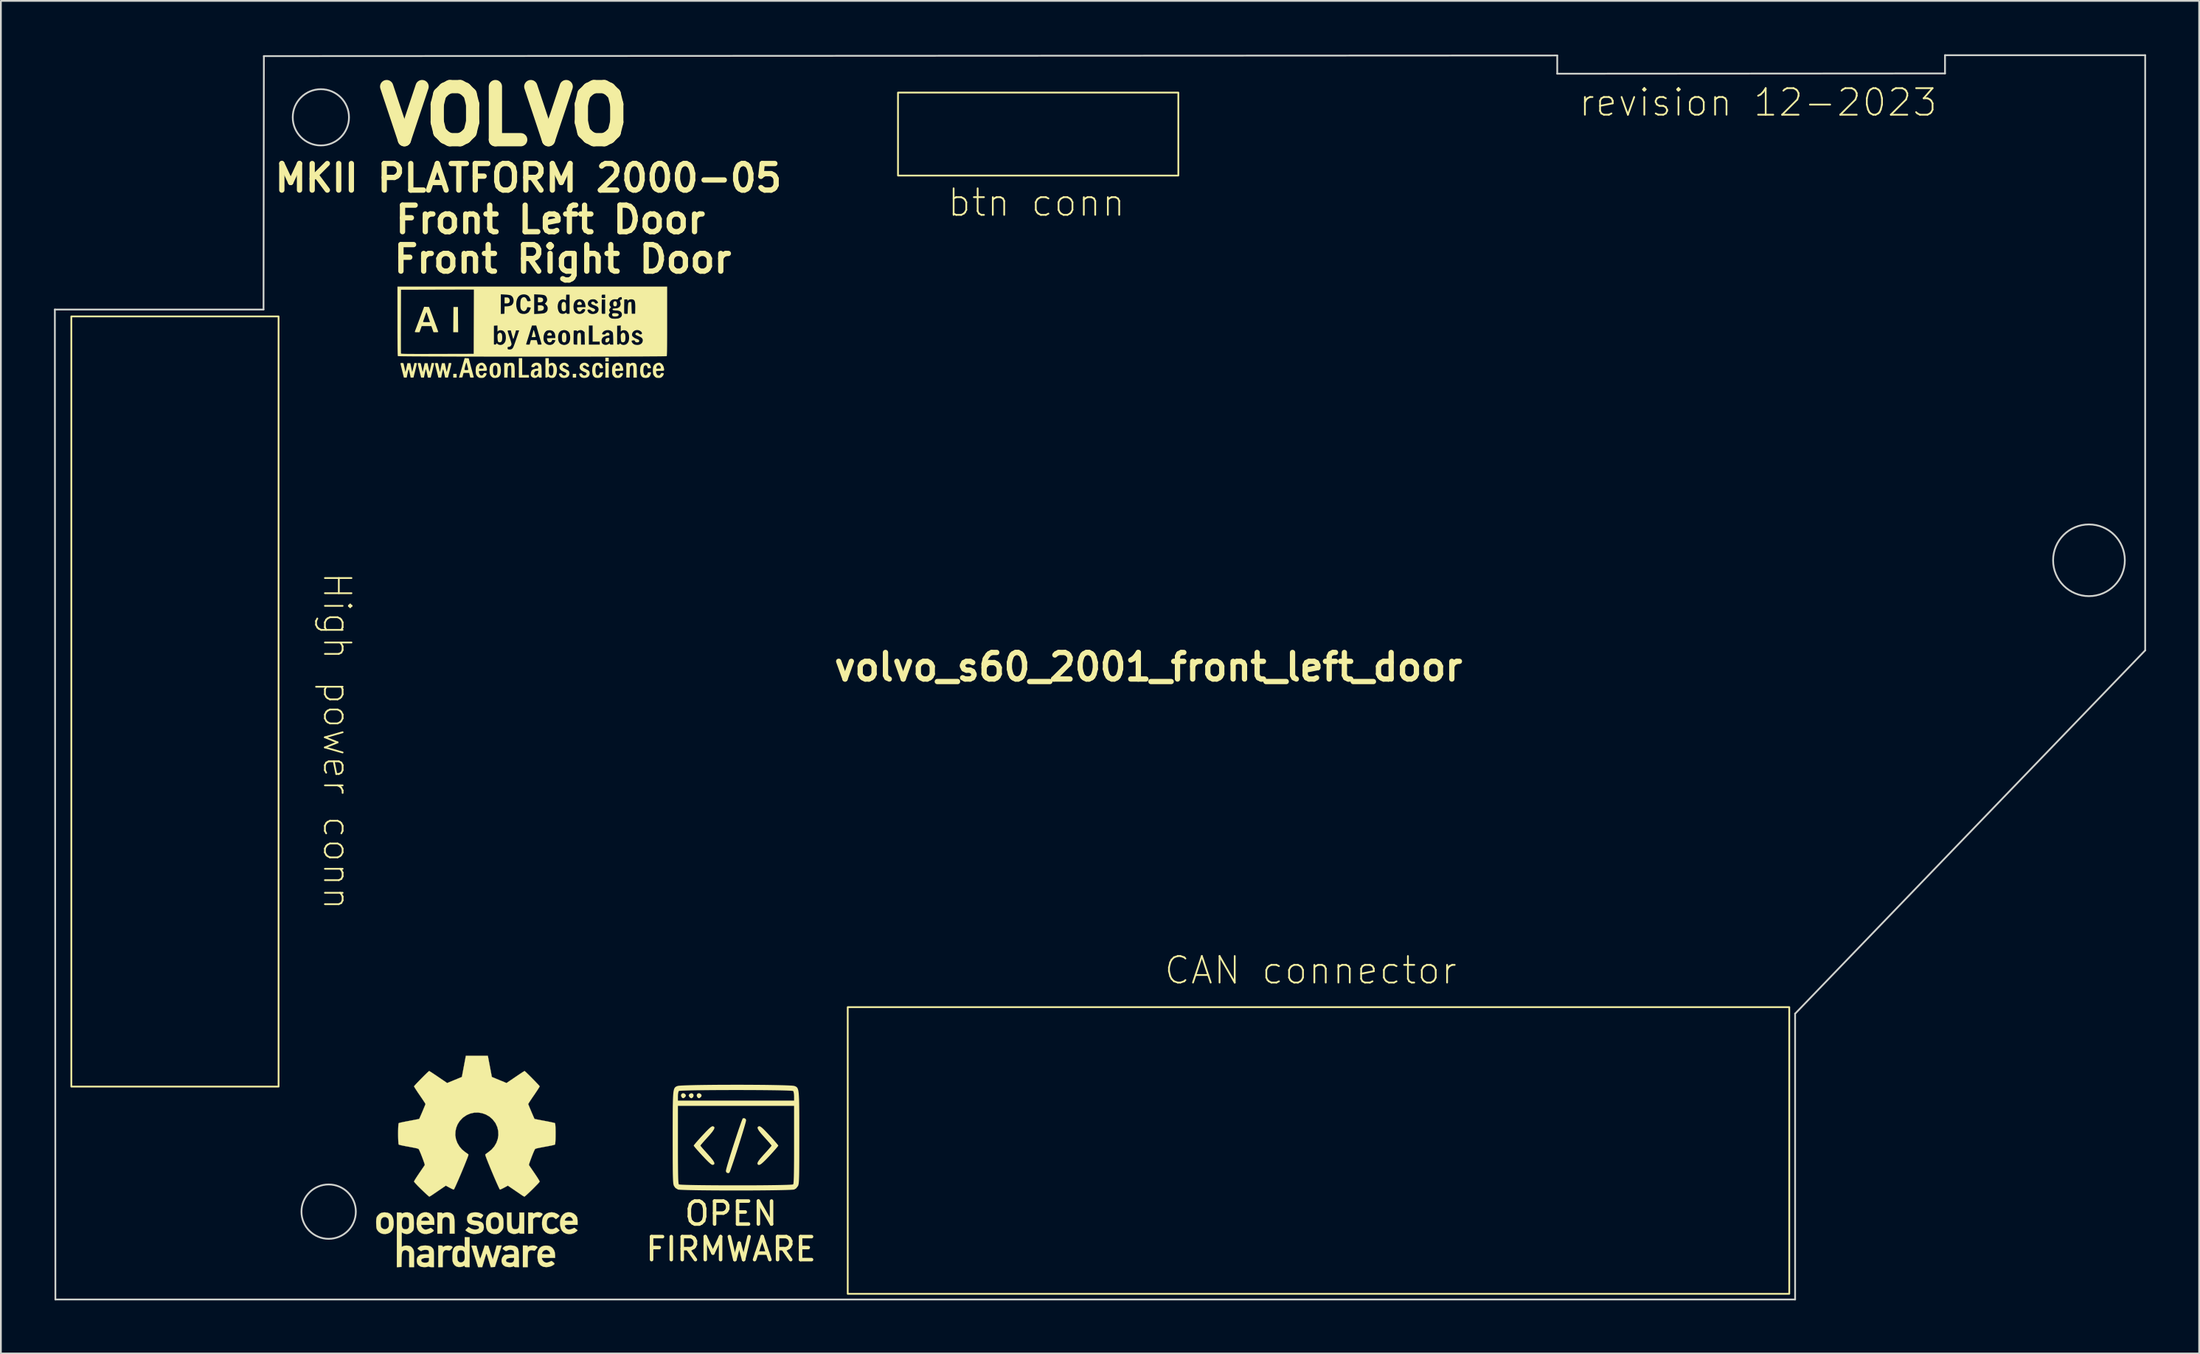
<source format=kicad_pcb>
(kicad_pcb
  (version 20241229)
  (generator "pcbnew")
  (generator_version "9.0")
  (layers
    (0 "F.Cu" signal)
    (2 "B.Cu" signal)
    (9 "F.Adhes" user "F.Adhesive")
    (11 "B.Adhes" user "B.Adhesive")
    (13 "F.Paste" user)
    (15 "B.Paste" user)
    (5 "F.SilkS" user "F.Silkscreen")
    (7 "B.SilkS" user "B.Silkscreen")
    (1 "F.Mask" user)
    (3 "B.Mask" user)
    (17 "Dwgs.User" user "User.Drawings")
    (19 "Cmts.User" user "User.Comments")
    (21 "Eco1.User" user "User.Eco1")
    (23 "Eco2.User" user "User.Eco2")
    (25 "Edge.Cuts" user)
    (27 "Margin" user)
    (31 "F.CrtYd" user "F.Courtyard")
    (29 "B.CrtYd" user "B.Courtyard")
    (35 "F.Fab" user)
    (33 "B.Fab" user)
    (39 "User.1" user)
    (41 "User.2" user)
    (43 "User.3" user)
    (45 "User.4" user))
  (footprint "volvo_s60_2001_front_left_door"
    (layer "F.Cu")
    (at 61.84 34.64)
    (property "Reference" "volvo_s60_2001_front_left_door" (at 0 0 0) (layer "F.SilkS") (effects (font (size 1.5 1.5) (thickness 0.3))))
    (attr board_only exclude_from_pos_files exclude_from_bom)
    (fp_rect (start -49.15 -19.81) (end -60.86 23.71) (stroke (width 0.1) (type default)) (fill no) (layer "F.SilkS"))
    (fp_rect (start -16.99 19.22) (end 36.21 35.42) (stroke (width 0.1) (type default)) (fill no) (layer "F.SilkS"))
    (fp_rect (start -14.15 -32.46) (end 1.69 -27.77) (stroke (width 0.1) (type default)) (fill no) (layer "F.SilkS"))
    (fp_poly (pts (xy -39.088 -16.354) (xy -39.279 -16.354) (xy -39.279 -16.566) (xy -39.088 -16.566)) (stroke (width 0) (type solid)) (fill yes) (layer "F.SilkS"))
    (fp_poly (pts (xy -32.336 -16.354) (xy -32.527 -16.354) (xy -32.527 -16.566) (xy -32.336 -16.566)) (stroke (width 0) (type solid)) (fill yes) (layer "F.SilkS"))
    (fp_poly (pts (xy -30.495 -17.264) (xy -30.685 -17.264) (xy -30.685 -17.476) (xy -30.495 -17.476)) (stroke (width 0) (type solid)) (fill yes) (layer "F.SilkS"))
    (fp_poly (pts (xy -30.495 -16.354) (xy -30.685 -16.354) (xy -30.685 -17.179) (xy -30.495 -17.179)) (stroke (width 0) (type solid)) (fill yes) (layer "F.SilkS"))
    (fp_poly (pts (xy -39.009 -19.629) (xy -39.003 -18.915) (xy -39.28 -18.915) (xy -39.268 -20.344) (xy -39.014 -20.344)) (stroke (width 0) (type solid)) (fill yes) (layer "F.SilkS"))
    (fp_poly (pts (xy -35.384 -16.502) (xy -35.003 -16.502) (xy -35.003 -16.354) (xy -35.575 -16.354) (xy -35.575 -17.455) (xy -35.384 -17.455)) (stroke (width 0) (type solid)) (fill yes) (layer "F.SilkS"))
    (fp_poly (pts (xy -34.295 -20.872) (xy -34.231 -20.837) (xy -34.202 -20.778) (xy -34.199 -20.748) (xy -34.213 -20.678) (xy -34.255 -20.633) (xy -34.331 -20.611) (xy -34.386 -20.608) (xy -34.495 -20.608) (xy -34.495 -20.884) (xy -34.394 -20.884)) (stroke (width 0) (type solid)) (fill yes) (layer "F.SilkS"))
    (fp_poly (pts (xy -34.266 -20.427) (xy -34.197 -20.392) (xy -34.162 -20.333) (xy -34.157 -20.289) (xy -34.172 -20.215) (xy -34.218 -20.164) (xy -34.299 -20.134) (xy -34.365 -20.126) (xy -34.495 -20.116) (xy -34.495 -20.439) (xy -34.369 -20.439)) (stroke (width 0) (type solid)) (fill yes) (layer "F.SilkS"))
    (fp_poly (pts (xy -26.211 24.106) (xy -26.137 24.181) (xy -26.148 24.262) (xy -26.183 24.306) (xy -26.261 24.366) (xy -26.324 24.358) (xy -26.364 24.324) (xy -26.413 24.234) (xy -26.4 24.149) (xy -26.342 24.092) (xy -26.255 24.086)) (stroke (width 0) (type solid)) (fill yes) (layer "F.SilkS"))
    (fp_poly (pts (xy -25.732 24.119) (xy -25.697 24.194) (xy -25.716 24.284) (xy -25.746 24.324) (xy -25.814 24.37) (xy -25.879 24.349) (xy -25.927 24.306) (xy -25.979 24.22) (xy -25.947 24.143) (xy -25.9 24.106) (xy -25.805 24.082)) (stroke (width 0) (type solid)) (fill yes) (layer "F.SilkS"))
    (fp_poly (pts (xy -25.322 24.106) (xy -25.248 24.181) (xy -25.259 24.262) (xy -25.294 24.306) (xy -25.372 24.366) (xy -25.435 24.358) (xy -25.475 24.324) (xy -25.524 24.234) (xy -25.511 24.149) (xy -25.453 24.092) (xy -25.366 24.086)) (stroke (width 0) (type solid)) (fill yes) (layer "F.SilkS"))
    (fp_poly (pts (xy -36.206 -20.88) (xy -36.162 -20.863) (xy -36.127 -20.829) (xy -36.127 -20.828) (xy -36.091 -20.756) (xy -36.085 -20.677) (xy -36.109 -20.608) (xy -36.125 -20.587) (xy -36.171 -20.558) (xy -36.239 -20.546) (xy -36.273 -20.545) (xy -36.379 -20.545) (xy -36.379 -20.884) (xy -36.275 -20.884)) (stroke (width 0) (type solid)) (fill yes) (layer "F.SilkS"))
    (fp_poly (pts (xy -30.101 -20.665) (xy -30.057 -20.629) (xy -30.032 -20.567) (xy -30.029 -20.531) (xy -30.04 -20.445) (xy -30.072 -20.394) (xy -30.128 -20.376) (xy -30.135 -20.376) (xy -30.194 -20.391) (xy -30.219 -20.416) (xy -30.237 -20.479) (xy -30.239 -20.551) (xy -30.224 -20.614) (xy -30.208 -20.639) (xy -30.154 -20.67)) (stroke (width 0) (type solid)) (fill yes) (layer "F.SilkS"))
    (fp_poly (pts (xy -33.77 -18.877) (xy -33.725 -18.831) (xy -33.712 -18.776) (xy -33.715 -18.747) (xy -33.73 -18.732) (xy -33.768 -18.726) (xy -33.838 -18.725) (xy -33.839 -18.725) (xy -33.911 -18.726) (xy -33.949 -18.734) (xy -33.965 -18.749) (xy -33.966 -18.762) (xy -33.948 -18.826) (xy -33.902 -18.874) (xy -33.841 -18.894) (xy -33.839 -18.894)) (stroke (width 0) (type solid)) (fill yes) (layer "F.SilkS"))
    (fp_poly (pts (xy -30.475 -18.594) (xy -30.456 -18.573) (xy -30.452 -18.526) (xy -30.468 -18.449) (xy -30.508 -18.387) (xy -30.565 -18.349) (xy -30.599 -18.344) (xy -30.647 -18.348) (xy -30.671 -18.358) (xy -30.68 -18.386) (xy -30.685 -18.439) (xy -30.685 -18.452) (xy -30.669 -18.528) (xy -30.62 -18.577) (xy -30.541 -18.597) (xy -30.522 -18.598)) (stroke (width 0) (type solid)) (fill yes) (layer "F.SilkS"))
    (fp_poly (pts (xy -30.056 -19.988) (xy -30.011 -19.981) (xy -29.953 -19.956) (xy -29.929 -19.915) (xy -29.941 -19.868) (xy -29.965 -19.842) (xy -30.019 -19.819) (xy -30.096 -19.806) (xy -30.178 -19.805) (xy -30.247 -19.818) (xy -30.267 -19.827) (xy -30.295 -19.862) (xy -30.304 -19.912) (xy -30.294 -19.959) (xy -30.271 -19.982) (xy -30.217 -19.992) (xy -30.139 -19.994)) (stroke (width 0) (type solid)) (fill yes) (layer "F.SilkS"))
    (fp_poly (pts (xy -34.73 -19.03) (xy -34.717 -19.003) (xy -34.698 -18.947) (xy -34.675 -18.873) (xy -34.653 -18.796) (xy -34.634 -18.725) (xy -34.624 -18.675) (xy -34.622 -18.661) (xy -34.641 -18.649) (xy -34.691 -18.642) (xy -34.737 -18.64) (xy -34.851 -18.64) (xy -34.8 -18.825) (xy -34.778 -18.909) (xy -34.76 -18.978) (xy -34.75 -19.022) (xy -34.749 -19.03) (xy -34.74 -19.038)) (stroke (width 0) (type solid)) (fill yes) (layer "F.SilkS"))
    (fp_poly (pts (xy -32.086 -20.632) (xy -32.038 -20.585) (xy -32.019 -20.523) (xy -32.019 -20.522) (xy -32.021 -20.488) (xy -32.032 -20.469) (xy -32.065 -20.462) (xy -32.127 -20.46) (xy -32.146 -20.46) (xy -32.216 -20.461) (xy -32.254 -20.467) (xy -32.27 -20.483) (xy -32.273 -20.511) (xy -32.273 -20.513) (xy -32.256 -20.57) (xy -32.216 -20.621) (xy -32.166 -20.649) (xy -32.151 -20.651)) (stroke (width 0) (type solid)) (fill yes) (layer "F.SilkS"))
    (fp_poly (pts (xy -32.981 -20.62) (xy -32.943 -20.587) (xy -32.92 -20.525) (xy -32.91 -20.431) (xy -32.908 -20.353) (xy -32.909 -20.259) (xy -32.915 -20.198) (xy -32.927 -20.16) (xy -32.947 -20.135) (xy -33.006 -20.104) (xy -33.07 -20.106) (xy -33.123 -20.14) (xy -33.129 -20.147) (xy -33.149 -20.195) (xy -33.159 -20.273) (xy -33.162 -20.365) (xy -33.157 -20.48) (xy -33.14 -20.56) (xy -33.108 -20.607) (xy -33.061 -20.628) (xy -33.035 -20.63)) (stroke (width 0) (type solid)) (fill yes) (layer "F.SilkS"))
    (fp_poly (pts (xy -32.959 -18.884) (xy -32.922 -18.851) (xy -32.899 -18.789) (xy -32.888 -18.694) (xy -32.887 -18.619) (xy -32.891 -18.501) (xy -32.907 -18.42) (xy -32.935 -18.37) (xy -32.979 -18.347) (xy -33.014 -18.344) (xy -33.079 -18.362) (xy -33.108 -18.391) (xy -33.126 -18.435) (xy -33.137 -18.507) (xy -33.141 -18.613) (xy -33.141 -18.619) (xy -33.136 -18.736) (xy -33.121 -18.817) (xy -33.092 -18.867) (xy -33.048 -18.89) (xy -33.014 -18.894)) (stroke (width 0) (type solid)) (fill yes) (layer "F.SilkS"))
    (fp_poly (pts (xy -36.564 -18.856) (xy -36.557 -18.849) (xy -36.533 -18.799) (xy -36.518 -18.721) (xy -36.513 -18.629) (xy -36.516 -18.535) (xy -36.529 -18.452) (xy -36.551 -18.396) (xy -36.557 -18.388) (xy -36.611 -18.353) (xy -36.674 -18.346) (xy -36.729 -18.366) (xy -36.742 -18.378) (xy -36.759 -18.421) (xy -36.771 -18.499) (xy -36.778 -18.595) (xy -36.78 -18.687) (xy -36.777 -18.748) (xy -36.767 -18.79) (xy -36.748 -18.824) (xy -36.739 -18.836) (xy -36.683 -18.883) (xy -36.622 -18.89)) (stroke (width 0) (type solid)) (fill yes) (layer "F.SilkS"))
    (fp_poly (pts (xy -29.6 -18.856) (xy -29.593 -18.849) (xy -29.569 -18.799) (xy -29.555 -18.721) (xy -29.549 -18.629) (xy -29.553 -18.535) (xy -29.565 -18.452) (xy -29.587 -18.396) (xy -29.593 -18.388) (xy -29.647 -18.353) (xy -29.71 -18.346) (xy -29.765 -18.366) (xy -29.778 -18.378) (xy -29.795 -18.421) (xy -29.807 -18.499) (xy -29.814 -18.595) (xy -29.816 -18.687) (xy -29.814 -18.748) (xy -29.804 -18.79) (xy -29.785 -18.824) (xy -29.776 -18.836) (xy -29.719 -18.883) (xy -29.658 -18.89)) (stroke (width 0) (type solid)) (fill yes) (layer "F.SilkS"))
    (fp_poly (pts (xy -34.395 30.822) (xy -34.309 30.849) (xy -34.254 30.882) (xy -34.236 30.908) (xy -34.241 30.939) (xy -34.273 30.987) (xy -34.3 31.022) (xy -34.356 31.084) (xy -34.398 31.111) (xy -34.434 31.109) (xy -34.54 31.082) (xy -34.618 31.083) (xy -34.682 31.114) (xy -34.703 31.132) (xy -34.771 31.195) (xy -34.771 32.019) (xy -35.045 32.019) (xy -35.045 30.824) (xy -34.908 30.824) (xy -34.826 30.827) (xy -34.783 30.838) (xy -34.771 30.861) (xy -34.771 30.862) (xy -34.765 30.885) (xy -34.739 30.882) (xy -34.703 30.865) (xy -34.627 30.833) (xy -34.566 30.814) (xy -34.488 30.809) (xy -34.395 30.822)) (stroke (width 0.01) (type solid)) (fill yes) (layer "F.SilkS"))
    (fp_poly (pts (xy -34.72 32.691) (xy -34.624 32.71) (xy -34.57 32.738) (xy -34.512 32.784) (xy -34.594 32.887) (xy -34.644 32.949) (xy -34.678 32.98) (xy -34.712 32.984) (xy -34.762 32.969) (xy -34.785 32.961) (xy -34.88 32.949) (xy -34.967 32.975) (xy -35.031 33.036) (xy -35.042 33.055) (xy -35.053 33.106) (xy -35.062 33.2) (xy -35.067 33.331) (xy -35.07 33.491) (xy -35.07 33.514) (xy -35.07 33.911) (xy -35.344 33.911) (xy -35.344 32.691) (xy -35.207 32.691) (xy -35.128 32.693) (xy -35.087 32.702) (xy -35.071 32.723) (xy -35.07 32.743) (xy -35.07 32.794) (xy -35.004 32.743) (xy -34.929 32.708) (xy -34.828 32.69) (xy -34.72 32.691)) (stroke (width 0.01) (type solid)) (fill yes) (layer "F.SilkS"))
    (fp_poly (pts (xy -39.926 32.694) (xy -39.888 32.705) (xy -39.876 32.73) (xy -39.876 32.741) (xy -39.874 32.771) (xy -39.859 32.776) (xy -39.819 32.755) (xy -39.795 32.741) (xy -39.72 32.71) (xy -39.63 32.694) (xy -39.536 32.693) (xy -39.448 32.705) (xy -39.376 32.727) (xy -39.33 32.759) (xy -39.321 32.799) (xy -39.326 32.81) (xy -39.359 32.855) (xy -39.41 32.911) (xy -39.419 32.92) (xy -39.468 32.961) (xy -39.511 32.974) (xy -39.57 32.965) (xy -39.593 32.959) (xy -39.667 32.944) (xy -39.719 32.951) (xy -39.762 32.974) (xy -39.803 33.006) (xy -39.832 33.046) (xy -39.853 33.101) (xy -39.866 33.18) (xy -39.873 33.29) (xy -39.876 33.438) (xy -39.876 33.527) (xy -39.876 33.911) (xy -40.125 33.911) (xy -40.125 32.691) (xy -40 32.691) (xy -39.926 32.694)) (stroke (width 0.01) (type solid)) (fill yes) (layer "F.SilkS"))
    (fp_poly (pts (xy -22.747 25.553) (xy -22.732 25.614) (xy -22.745 25.679) (xy -22.78 25.812) (xy -22.834 26) (xy -22.904 26.233) (xy -22.986 26.5) (xy -23.076 26.789) (xy -23.171 27.089) (xy -23.267 27.389) (xy -23.361 27.678) (xy -23.45 27.946) (xy -23.529 28.179) (xy -23.595 28.369) (xy -23.645 28.503) (xy -23.674 28.57) (xy -23.678 28.576) (xy -23.736 28.602) (xy -23.801 28.588) (xy -23.822 28.58) (xy -23.865 28.525) (xy -23.875 28.471) (xy -23.862 28.401) (xy -23.827 28.266) (xy -23.772 28.075) (xy -23.702 27.84) (xy -23.62 27.573) (xy -23.529 27.283) (xy -23.433 26.983) (xy -23.335 26.683) (xy -23.24 26.394) (xy -23.151 26.128) (xy -23.07 25.895) (xy -23.003 25.706) (xy -22.952 25.572) (xy -22.921 25.505) (xy -22.916 25.5) (xy -22.816 25.496)) (stroke (width 0) (type solid)) (fill yes) (layer "F.SilkS"))
    (fp_poly (pts (xy -35.991 31.211) (xy -35.989 31.394) (xy -35.98 31.533) (xy -35.963 31.633) (xy -35.935 31.701) (xy -35.894 31.743) (xy -35.837 31.763) (xy -35.767 31.768) (xy -35.694 31.762) (xy -35.638 31.741) (xy -35.597 31.698) (xy -35.57 31.629) (xy -35.553 31.526) (xy -35.545 31.386) (xy -35.543 31.211) (xy -35.543 30.824) (xy -35.269 30.824) (xy -35.269 32.019) (xy -35.406 32.019) (xy -35.489 32.015) (xy -35.531 32.004) (xy -35.543 31.981) (xy -35.55 31.962) (xy -35.579 31.966) (xy -35.636 31.994) (xy -35.768 32.037) (xy -35.907 32.034) (xy -36.041 31.987) (xy -36.104 31.95) (xy -36.153 31.91) (xy -36.188 31.859) (xy -36.213 31.792) (xy -36.228 31.7) (xy -36.236 31.577) (xy -36.24 31.416) (xy -36.24 31.291) (xy -36.24 30.824) (xy -35.991 30.824) (xy -35.991 31.211)) (stroke (width 0.01) (type solid)) (fill yes) (layer "F.SilkS"))
    (fp_poly (pts (xy -35.929 -17.176) (xy -35.918 -17.171) (xy -35.88 -17.145) (xy -35.852 -17.108) (xy -35.832 -17.054) (xy -35.818 -16.976) (xy -35.811 -16.871) (xy -35.808 -16.731) (xy -35.808 -16.666) (xy -35.808 -16.354) (xy -35.998 -16.354) (xy -35.998 -16.67) (xy -35.999 -16.797) (xy -36.002 -16.889) (xy -36.007 -16.951) (xy -36.015 -16.991) (xy -36.027 -17.015) (xy -36.031 -17.019) (xy -36.067 -17.047) (xy -36.099 -17.046) (xy -36.145 -17.015) (xy -36.149 -17.012) (xy -36.169 -16.994) (xy -36.183 -16.972) (xy -36.192 -16.94) (xy -36.198 -16.889) (xy -36.202 -16.812) (xy -36.205 -16.702) (xy -36.206 -16.663) (xy -36.213 -16.354) (xy -36.4 -16.354) (xy -36.4 -17.179) (xy -36.305 -17.179) (xy -36.244 -17.176) (xy -36.215 -17.163) (xy -36.21 -17.144) (xy -36.207 -17.121) (xy -36.19 -17.128) (xy -36.17 -17.145) (xy -36.1 -17.183) (xy -36.013 -17.194)) (stroke (width 0) (type solid)) (fill yes) (layer "F.SilkS"))
    (fp_poly (pts (xy -29.029 -17.176) (xy -29.017 -17.171) (xy -28.98 -17.145) (xy -28.951 -17.108) (xy -28.931 -17.054) (xy -28.918 -16.976) (xy -28.911 -16.871) (xy -28.908 -16.731) (xy -28.907 -16.666) (xy -28.907 -16.354) (xy -29.098 -16.354) (xy -29.098 -16.67) (xy -29.099 -16.797) (xy -29.101 -16.889) (xy -29.106 -16.951) (xy -29.115 -16.991) (xy -29.127 -17.015) (xy -29.131 -17.019) (xy -29.166 -17.047) (xy -29.199 -17.046) (xy -29.245 -17.015) (xy -29.249 -17.012) (xy -29.268 -16.994) (xy -29.282 -16.972) (xy -29.292 -16.94) (xy -29.298 -16.889) (xy -29.302 -16.812) (xy -29.305 -16.702) (xy -29.306 -16.663) (xy -29.313 -16.354) (xy -29.5 -16.354) (xy -29.5 -17.179) (xy -29.405 -17.179) (xy -29.344 -17.176) (xy -29.315 -17.163) (xy -29.309 -17.144) (xy -29.306 -17.121) (xy -29.29 -17.128) (xy -29.27 -17.145) (xy -29.199 -17.183) (xy -29.113 -17.194)) (stroke (width 0) (type solid)) (fill yes) (layer "F.SilkS"))
    (fp_poly (pts (xy -24.62 25.949) (xy -24.544 25.976) (xy -24.518 26.03) (xy -24.545 26.119) (xy -24.629 26.247) (xy -24.771 26.421) (xy -24.91 26.576) (xy -25.055 26.736) (xy -25.177 26.874) (xy -25.266 26.978) (xy -25.311 27.037) (xy -25.314 27.044) (xy -25.287 27.083) (xy -25.213 27.172) (xy -25.101 27.3) (xy -24.963 27.453) (xy -24.911 27.511) (xy -24.725 27.721) (xy -24.6 27.88) (xy -24.533 27.995) (xy -24.521 28.073) (xy -24.561 28.118) (xy -24.62 28.134) (xy -24.671 28.122) (xy -24.747 28.07) (xy -24.858 27.971) (xy -25.008 27.821) (xy -25.202 27.616) (xy -25.364 27.439) (xy -25.504 27.283) (xy -25.612 27.158) (xy -25.678 27.074) (xy -25.695 27.045) (xy -25.668 27.002) (xy -25.592 26.909) (xy -25.477 26.775) (xy -25.332 26.613) (xy -25.202 26.471) (xy -25.006 26.262) (xy -24.857 26.112) (xy -24.747 26.014) (xy -24.671 25.962) (xy -24.62 25.949)) (stroke (width 0) (type solid)) (fill yes) (layer "F.SilkS"))
    (fp_poly (pts (xy -21.937 25.961) (xy -21.861 26.013) (xy -21.752 26.11) (xy -21.604 26.26) (xy -21.408 26.468) (xy -21.405 26.471) (xy -21.243 26.648) (xy -21.104 26.806) (xy -20.996 26.932) (xy -20.929 27.016) (xy -20.912 27.045) (xy -20.939 27.088) (xy -21.015 27.181) (xy -21.131 27.314) (xy -21.276 27.476) (xy -21.403 27.614) (xy -21.605 27.827) (xy -21.761 27.98) (xy -21.878 28.079) (xy -21.964 28.13) (xy -22.027 28.138) (xy -22.069 28.114) (xy -22.094 28.066) (xy -22.082 27.998) (xy -22.027 27.902) (xy -21.924 27.768) (xy -21.767 27.588) (xy -21.695 27.509) (xy -21.55 27.35) (xy -21.429 27.212) (xy -21.34 27.108) (xy -21.296 27.051) (xy -21.293 27.044) (xy -21.32 27.005) (xy -21.394 26.915) (xy -21.506 26.788) (xy -21.644 26.634) (xy -21.697 26.576) (xy -21.883 26.366) (xy -22.008 26.206) (xy -22.075 26.089) (xy -22.087 26.011) (xy -22.047 25.966) (xy -21.987 25.949)) (stroke (width 0) (type solid)) (fill yes) (layer "F.SilkS"))
    (fp_poly (pts (xy -39.452 30.844) (xy -39.39 30.874) (xy -39.33 30.916) (xy -39.284 30.966) (xy -39.251 31.028) (xy -39.228 31.112) (xy -39.214 31.223) (xy -39.207 31.369) (xy -39.204 31.557) (xy -39.204 31.577) (xy -39.204 32.019) (xy -39.477 32.019) (xy -39.477 31.611) (xy -39.478 31.46) (xy -39.479 31.351) (xy -39.483 31.275) (xy -39.49 31.224) (xy -39.501 31.189) (xy -39.519 31.164) (xy -39.543 31.138) (xy -39.628 31.083) (xy -39.721 31.073) (xy -39.809 31.108) (xy -39.84 31.134) (xy -39.862 31.158) (xy -39.878 31.184) (xy -39.889 31.22) (xy -39.896 31.273) (xy -39.899 31.353) (xy -39.901 31.468) (xy -39.901 31.607) (xy -39.901 32.019) (xy -40.175 32.019) (xy -40.175 30.824) (xy -40.038 30.824) (xy -39.956 30.827) (xy -39.913 30.838) (xy -39.901 30.861) (xy -39.901 30.862) (xy -39.895 30.884) (xy -39.87 30.881) (xy -39.82 30.857) (xy -39.706 30.821) (xy -39.577 30.817) (xy -39.452 30.844)) (stroke (width 0.01) (type solid)) (fill yes) (layer "F.SilkS"))
    (fp_poly (pts (xy -38.52 -17.45) (xy -38.405 -17.444) (xy -38.274 -16.947) (xy -38.236 -16.805) (xy -38.202 -16.676) (xy -38.172 -16.564) (xy -38.148 -16.477) (xy -38.132 -16.419) (xy -38.127 -16.401) (xy -38.121 -16.373) (xy -38.133 -16.359) (xy -38.173 -16.354) (xy -38.216 -16.354) (xy -38.319 -16.354) (xy -38.35 -16.486) (xy -38.38 -16.618) (xy -38.697 -16.618) (xy -38.73 -16.491) (xy -38.764 -16.364) (xy -38.859 -16.358) (xy -38.955 -16.352) (xy -38.821 -16.814) (xy -38.643 -16.814) (xy -38.636 -16.792) (xy -38.607 -16.781) (xy -38.547 -16.777) (xy -38.538 -16.777) (xy -38.474 -16.781) (xy -38.437 -16.793) (xy -38.432 -16.8) (xy -38.437 -16.831) (xy -38.45 -16.891) (xy -38.469 -16.967) (xy -38.489 -17.049) (xy -38.508 -17.124) (xy -38.524 -17.18) (xy -38.531 -17.201) (xy -38.54 -17.194) (xy -38.556 -17.156) (xy -38.577 -17.096) (xy -38.598 -17.023) (xy -38.618 -16.948) (xy -38.634 -16.879) (xy -38.643 -16.827) (xy -38.643 -16.814) (xy -38.821 -16.814) (xy -38.795 -16.904) (xy -38.635 -17.456)) (stroke (width 0) (type solid)) (fill yes) (layer "F.SilkS"))
    (fp_poly (pts (xy -31.024 -17.185) (xy -30.933 -17.139) (xy -30.864 -17.061) (xy -30.824 -16.954) (xy -30.817 -16.913) (xy -30.827 -16.893) (xy -30.863 -16.884) (xy -30.905 -16.88) (xy -30.964 -16.877) (xy -30.993 -16.886) (xy -31.007 -16.913) (xy -31.012 -16.934) (xy -31.038 -17.008) (xy -31.082 -17.046) (xy -31.121 -17.052) (xy -31.177 -17.035) (xy -31.216 -16.983) (xy -31.239 -16.893) (xy -31.246 -16.767) (xy -31.239 -16.64) (xy -31.216 -16.551) (xy -31.178 -16.499) (xy -31.122 -16.481) (xy -31.12 -16.481) (xy -31.068 -16.499) (xy -31.024 -16.545) (xy -31.003 -16.604) (xy -31.003 -16.613) (xy -30.995 -16.636) (xy -30.964 -16.647) (xy -30.906 -16.65) (xy -30.809 -16.65) (xy -30.824 -16.581) (xy -30.863 -16.467) (xy -30.923 -16.389) (xy -30.96 -16.365) (xy -31.045 -16.339) (xy -31.144 -16.334) (xy -31.239 -16.351) (xy -31.291 -16.373) (xy -31.358 -16.437) (xy -31.404 -16.536) (xy -31.427 -16.669) (xy -31.431 -16.768) (xy -31.419 -16.919) (xy -31.384 -17.035) (xy -31.324 -17.119) (xy -31.238 -17.172) (xy -31.134 -17.194)) (stroke (width 0) (type solid)) (fill yes) (layer "F.SilkS"))
    (fp_poly (pts (xy -28.315 -17.185) (xy -28.223 -17.139) (xy -28.155 -17.061) (xy -28.114 -16.954) (xy -28.108 -16.913) (xy -28.118 -16.893) (xy -28.154 -16.884) (xy -28.195 -16.88) (xy -28.254 -16.877) (xy -28.284 -16.886) (xy -28.298 -16.913) (xy -28.303 -16.934) (xy -28.329 -17.008) (xy -28.372 -17.046) (xy -28.412 -17.052) (xy -28.468 -17.035) (xy -28.507 -16.983) (xy -28.529 -16.893) (xy -28.537 -16.767) (xy -28.53 -16.64) (xy -28.507 -16.551) (xy -28.468 -16.499) (xy -28.413 -16.481) (xy -28.411 -16.481) (xy -28.358 -16.499) (xy -28.315 -16.545) (xy -28.294 -16.604) (xy -28.293 -16.613) (xy -28.286 -16.636) (xy -28.255 -16.647) (xy -28.197 -16.65) (xy -28.1 -16.65) (xy -28.114 -16.581) (xy -28.154 -16.467) (xy -28.214 -16.389) (xy -28.25 -16.365) (xy -28.335 -16.339) (xy -28.435 -16.334) (xy -28.53 -16.351) (xy -28.581 -16.373) (xy -28.649 -16.437) (xy -28.694 -16.536) (xy -28.718 -16.669) (xy -28.722 -16.768) (xy -28.71 -16.919) (xy -28.675 -17.035) (xy -28.615 -17.119) (xy -28.529 -17.172) (xy -28.425 -17.194)) (stroke (width 0) (type solid)) (fill yes) (layer "F.SilkS"))
    (fp_poly (pts (xy -33.881 -17.12) (xy -33.802 -17.161) (xy -33.706 -17.19) (xy -33.615 -17.179) (xy -33.537 -17.129) (xy -33.477 -17.047) (xy -33.438 -16.937) (xy -33.42 -16.812) (xy -33.424 -16.682) (xy -33.448 -16.561) (xy -33.491 -16.458) (xy -33.533 -16.402) (xy -33.583 -16.358) (xy -33.632 -16.338) (xy -33.7 -16.333) (xy -33.707 -16.333) (xy -33.798 -16.342) (xy -33.864 -16.374) (xy -33.868 -16.377) (xy -33.907 -16.404) (xy -33.927 -16.404) (xy -33.937 -16.387) (xy -33.967 -16.362) (xy -34.011 -16.354) (xy -34.072 -16.354) (xy -34.072 -16.823) (xy -33.88 -16.823) (xy -33.878 -16.694) (xy -33.878 -16.69) (xy -33.871 -16.606) (xy -33.859 -16.553) (xy -33.84 -16.518) (xy -33.82 -16.499) (xy -33.763 -16.465) (xy -33.716 -16.467) (xy -33.682 -16.493) (xy -33.649 -16.542) (xy -33.628 -16.612) (xy -33.619 -16.713) (xy -33.618 -16.788) (xy -33.628 -16.906) (xy -33.654 -16.99) (xy -33.694 -17.038) (xy -33.748 -17.048) (xy -33.807 -17.023) (xy -33.846 -16.982) (xy -33.87 -16.917) (xy -33.88 -16.823) (xy -34.072 -16.823) (xy -34.072 -17.455) (xy -33.881 -17.455)) (stroke (width 0) (type solid)) (fill yes) (layer "F.SilkS"))
    (fp_poly (pts (xy -33.567 30.834) (xy -33.423 30.895) (xy -33.378 30.925) (xy -33.32 30.971) (xy -33.283 31.007) (xy -33.277 31.019) (xy -33.295 31.045) (xy -33.341 31.089) (xy -33.377 31.12) (xy -33.477 31.2) (xy -33.557 31.134) (xy -33.618 31.091) (xy -33.677 31.076) (xy -33.746 31.08) (xy -33.854 31.107) (xy -33.929 31.162) (xy -33.974 31.253) (xy -33.995 31.383) (xy -33.995 31.383) (xy -33.993 31.529) (xy -33.965 31.636) (xy -33.91 31.709) (xy -33.872 31.734) (xy -33.772 31.764) (xy -33.666 31.764) (xy -33.573 31.735) (xy -33.551 31.72) (xy -33.496 31.683) (xy -33.453 31.677) (xy -33.406 31.704) (xy -33.355 31.754) (xy -33.273 31.838) (xy -33.364 31.912) (xy -33.503 31.996) (xy -33.661 32.038) (xy -33.825 32.035) (xy -33.933 32.007) (xy -34.059 31.94) (xy -34.16 31.833) (xy -34.206 31.757) (xy -34.243 31.649) (xy -34.262 31.512) (xy -34.262 31.364) (xy -34.244 31.221) (xy -34.207 31.102) (xy -34.201 31.09) (xy -34.117 30.97) (xy -34.002 30.882) (xy -33.866 30.829) (xy -33.718 30.813) (xy -33.567 30.834)) (stroke (width 0.01) (type solid)) (fill yes) (layer "F.SilkS"))
    (fp_poly (pts (xy -36.794 -17.176) (xy -36.705 -17.133) (xy -36.643 -17.059) (xy -36.604 -16.952) (xy -36.587 -16.811) (xy -36.587 -16.767) (xy -36.597 -16.614) (xy -36.629 -16.496) (xy -36.684 -16.412) (xy -36.764 -16.359) (xy -36.87 -16.335) (xy -36.916 -16.333) (xy -36.992 -16.336) (xy -37.044 -16.352) (xy -37.093 -16.385) (xy -37.107 -16.397) (xy -37.167 -16.464) (xy -37.206 -16.546) (xy -37.226 -16.65) (xy -37.231 -16.783) (xy -37.226 -16.841) (xy -37.033 -16.841) (xy -37.032 -16.723) (xy -37.027 -16.632) (xy -37.02 -16.573) (xy -37.007 -16.536) (xy -36.986 -16.51) (xy -36.975 -16.5) (xy -36.934 -16.471) (xy -36.908 -16.46) (xy -36.882 -16.472) (xy -36.842 -16.5) (xy -36.817 -16.525) (xy -36.801 -16.557) (xy -36.792 -16.606) (xy -36.786 -16.684) (xy -36.784 -16.723) (xy -36.786 -16.862) (xy -36.803 -16.962) (xy -36.838 -17.024) (xy -36.889 -17.05) (xy -36.948 -17.043) (xy -36.992 -17.01) (xy -37.02 -16.944) (xy -37.033 -16.841) (xy -37.226 -16.841) (xy -37.218 -16.931) (xy -37.182 -17.044) (xy -37.121 -17.124) (xy -37.034 -17.172) (xy -36.921 -17.19) (xy -36.908 -17.19)) (stroke (width 0) (type solid)) (fill yes) (layer "F.SilkS"))
    (fp_poly (pts (xy -40.785 -20.35) (xy -40.646 -20.344) (xy -40.386 -19.645) (xy -40.325 -19.482) (xy -40.27 -19.332) (xy -40.221 -19.199) (xy -40.181 -19.088) (xy -40.15 -19.003) (xy -40.131 -18.949) (xy -40.126 -18.931) (xy -40.145 -18.923) (xy -40.195 -18.917) (xy -40.261 -18.915) (xy -40.396 -18.915) (xy -40.517 -19.264) (xy -41.063 -19.264) (xy -41.092 -19.18) (xy -41.119 -19.102) (xy -41.149 -19.019) (xy -41.154 -19.005) (xy -41.187 -18.915) (xy -41.326 -18.915) (xy -41.404 -18.917) (xy -41.445 -18.925) (xy -41.454 -18.94) (xy -41.454 -18.941) (xy -41.444 -18.967) (xy -41.422 -19.027) (xy -41.388 -19.118) (xy -41.344 -19.234) (xy -41.293 -19.371) (xy -41.24 -19.513) (xy -40.986 -19.513) (xy -40.981 -19.5) (xy -40.949 -19.492) (xy -40.884 -19.488) (xy -40.795 -19.487) (xy -40.593 -19.487) (xy -40.689 -19.767) (xy -40.724 -19.868) (xy -40.755 -19.955) (xy -40.777 -20.018) (xy -40.79 -20.051) (xy -40.792 -20.054) (xy -40.801 -20.038) (xy -40.82 -19.989) (xy -40.848 -19.914) (xy -40.88 -19.82) (xy -40.887 -19.8) (xy -40.921 -19.7) (xy -40.951 -19.614) (xy -40.973 -19.549) (xy -40.986 -19.515) (xy -40.986 -19.513) (xy -41.24 -19.513) (xy -41.236 -19.524) (xy -41.184 -19.662) (xy -40.924 -20.356)) (stroke (width 0) (type solid)) (fill yes) (layer "F.SilkS"))
    (fp_poly (pts (xy -36.749 30.838) (xy -36.623 30.907) (xy -36.524 31.015) (xy -36.478 31.103) (xy -36.458 31.181) (xy -36.445 31.292) (xy -36.44 31.42) (xy -36.442 31.548) (xy -36.452 31.661) (xy -36.464 31.721) (xy -36.505 31.803) (xy -36.575 31.891) (xy -36.66 31.967) (xy -36.744 32.017) (xy -36.746 32.017) (xy -36.85 32.039) (xy -36.974 32.039) (xy -37.091 32.02) (xy -37.137 32.004) (xy -37.253 31.938) (xy -37.337 31.851) (xy -37.392 31.736) (xy -37.422 31.586) (xy -37.429 31.507) (xy -37.429 31.408) (xy -37.162 31.408) (xy -37.153 31.553) (xy -37.127 31.663) (xy -37.086 31.733) (xy -37.056 31.753) (xy -36.981 31.767) (xy -36.892 31.763) (xy -36.815 31.743) (xy -36.795 31.732) (xy -36.741 31.667) (xy -36.706 31.568) (xy -36.691 31.448) (xy -36.698 31.318) (xy -36.715 31.241) (xy -36.762 31.151) (xy -36.836 31.094) (xy -36.925 31.075) (xy -37.018 31.095) (xy -37.089 31.145) (xy -37.126 31.187) (xy -37.148 31.227) (xy -37.158 31.282) (xy -37.161 31.366) (xy -37.162 31.408) (xy -37.429 31.408) (xy -37.428 31.297) (xy -37.393 31.124) (xy -37.327 30.99) (xy -37.228 30.893) (xy -37.096 30.834) (xy -37.068 30.827) (xy -36.899 30.811) (xy -36.749 30.838)) (stroke (width 0.01) (type solid)) (fill yes) (layer "F.SilkS"))
    (fp_poly (pts (xy -37.401 32.696) (xy -37.302 32.704) (xy -37.174 33.09) (xy -37.045 33.476) (xy -37.005 33.339) (xy -36.98 33.254) (xy -36.948 33.14) (xy -36.914 33.014) (xy -36.896 32.946) (xy -36.827 32.691) (xy -36.544 32.691) (xy -36.628 32.959) (xy -36.67 33.091) (xy -36.72 33.249) (xy -36.773 33.415) (xy -36.82 33.563) (xy -36.927 33.899) (xy -37.158 33.914) (xy -37.22 33.707) (xy -37.259 33.579) (xy -37.301 33.437) (xy -37.338 33.312) (xy -37.339 33.307) (xy -37.367 33.222) (xy -37.391 33.165) (xy -37.408 33.143) (xy -37.412 33.145) (xy -37.424 33.179) (xy -37.447 33.252) (xy -37.479 33.354) (xy -37.516 33.477) (xy -37.536 33.544) (xy -37.644 33.911) (xy -37.873 33.911) (xy -38.056 33.332) (xy -38.107 33.17) (xy -38.154 33.023) (xy -38.194 32.897) (xy -38.226 32.8) (xy -38.245 32.739) (xy -38.251 32.721) (xy -38.247 32.703) (xy -38.209 32.695) (xy -38.131 32.695) (xy -38.119 32.696) (xy -37.974 32.704) (xy -37.879 33.052) (xy -37.844 33.179) (xy -37.813 33.291) (xy -37.789 33.378) (xy -37.773 33.43) (xy -37.77 33.438) (xy -37.758 33.428) (xy -37.734 33.378) (xy -37.701 33.294) (xy -37.661 33.183) (xy -37.628 33.082) (xy -37.499 32.689) (xy -37.401 32.696)) (stroke (width 0.01) (type solid)) (fill yes) (layer "F.SilkS"))
    (fp_poly (pts (xy -42.985 30.836) (xy -42.855 30.894) (xy -42.756 30.99) (xy -42.688 31.125) (xy -42.652 31.299) (xy -42.649 31.326) (xy -42.647 31.517) (xy -42.674 31.685) (xy -42.727 31.821) (xy -42.756 31.865) (xy -42.856 31.957) (xy -42.984 32.017) (xy -43.127 32.042) (xy -43.272 32.029) (xy -43.383 31.99) (xy -43.478 31.925) (xy -43.556 31.839) (xy -43.557 31.837) (xy -43.589 31.783) (xy -43.609 31.73) (xy -43.622 31.663) (xy -43.629 31.568) (xy -43.632 31.49) (xy -43.634 31.419) (xy -43.385 31.419) (xy -43.382 31.489) (xy -43.373 31.583) (xy -43.358 31.643) (xy -43.33 31.686) (xy -43.303 31.711) (xy -43.21 31.763) (xy -43.112 31.77) (xy -43.022 31.733) (xy -42.976 31.69) (xy -42.943 31.648) (xy -42.924 31.607) (xy -42.916 31.554) (xy -42.915 31.475) (xy -42.918 31.402) (xy -42.923 31.298) (xy -42.932 31.23) (xy -42.948 31.186) (xy -42.975 31.152) (xy -42.996 31.133) (xy -43.085 31.082) (xy -43.181 31.079) (xy -43.262 31.109) (xy -43.33 31.172) (xy -43.371 31.275) (xy -43.385 31.419) (xy -43.634 31.419) (xy -43.635 31.334) (xy -43.63 31.219) (xy -43.615 31.131) (xy -43.588 31.062) (xy -43.547 31.002) (xy -43.532 30.984) (xy -43.436 30.894) (xy -43.333 30.841) (xy -43.208 30.819) (xy -43.147 30.817) (xy -42.985 30.836)) (stroke (width 0.01) (type solid)) (fill yes) (layer "F.SilkS"))
    (fp_poly (pts (xy -38.357 33.911) (xy -38.494 33.911) (xy -38.573 33.909) (xy -38.615 33.899) (xy -38.63 33.878) (xy -38.631 33.864) (xy -38.633 33.836) (xy -38.649 33.83) (xy -38.691 33.848) (xy -38.723 33.864) (xy -38.848 33.903) (xy -38.983 33.905) (xy -39.093 33.876) (xy -39.195 33.807) (xy -39.273 33.703) (xy -39.316 33.582) (xy -39.317 33.575) (xy -39.323 33.501) (xy -39.326 33.394) (xy -39.326 33.314) (xy -39.054 33.314) (xy -39.048 33.421) (xy -39.034 33.509) (xy -39.014 33.559) (xy -38.941 33.627) (xy -38.854 33.651) (xy -38.764 33.632) (xy -38.687 33.573) (xy -38.658 33.533) (xy -38.641 33.486) (xy -38.633 33.417) (xy -38.631 33.314) (xy -38.634 33.211) (xy -38.644 33.121) (xy -38.657 33.061) (xy -38.659 33.055) (xy -38.712 32.991) (xy -38.789 32.956) (xy -38.876 32.95) (xy -38.957 32.974) (xy -39.016 33.03) (xy -39.022 33.041) (xy -39.042 33.108) (xy -39.052 33.204) (xy -39.054 33.314) (xy -39.326 33.314) (xy -39.326 33.273) (xy -39.324 33.208) (xy -39.312 33.046) (xy -39.287 32.925) (xy -39.245 32.835) (xy -39.182 32.769) (xy -39.121 32.729) (xy -39.036 32.702) (xy -38.931 32.693) (xy -38.823 32.7) (xy -38.73 32.724) (xy -38.682 32.753) (xy -38.631 32.799) (xy -38.631 32.218) (xy -38.357 32.218) (xy -38.357 33.911)) (stroke (width 0.01) (type solid)) (fill yes) (layer "F.SilkS"))
    (fp_poly (pts (xy -41.356 -17.174) (xy -41.333 -17.16) (xy -41.332 -17.158) (xy -41.337 -17.131) (xy -41.351 -17.071) (xy -41.372 -16.982) (xy -41.398 -16.873) (xy -41.429 -16.75) (xy -41.43 -16.745) (xy -41.528 -16.354) (xy -41.686 -16.354) (xy -41.734 -16.581) (xy -41.755 -16.675) (xy -41.774 -16.753) (xy -41.789 -16.806) (xy -41.797 -16.825) (xy -41.806 -16.812) (xy -41.821 -16.765) (xy -41.84 -16.691) (xy -41.86 -16.598) (xy -41.86 -16.597) (xy -41.91 -16.354) (xy -42.068 -16.354) (xy -42.166 -16.745) (xy -42.196 -16.868) (xy -42.223 -16.978) (xy -42.244 -17.067) (xy -42.258 -17.129) (xy -42.263 -17.157) (xy -42.263 -17.158) (xy -42.245 -17.171) (xy -42.198 -17.179) (xy -42.179 -17.179) (xy -42.122 -17.175) (xy -42.094 -17.158) (xy -42.084 -17.132) (xy -42.075 -17.091) (xy -42.059 -17.02) (xy -42.04 -16.932) (xy -42.03 -16.884) (xy -42.011 -16.797) (xy -41.994 -16.729) (xy -41.983 -16.686) (xy -41.98 -16.677) (xy -41.974 -16.694) (xy -41.961 -16.745) (xy -41.943 -16.822) (xy -41.923 -16.917) (xy -41.922 -16.92) (xy -41.871 -17.169) (xy -41.705 -17.169) (xy -41.656 -16.927) (xy -41.636 -16.832) (xy -41.619 -16.753) (xy -41.607 -16.699) (xy -41.6 -16.679) (xy -41.593 -16.695) (xy -41.579 -16.745) (xy -41.559 -16.822) (xy -41.536 -16.916) (xy -41.534 -16.925) (xy -41.475 -17.179) (xy -41.404 -17.179)) (stroke (width 0) (type solid)) (fill yes) (layer "F.SilkS"))
    (fp_poly (pts (xy -40.382 -17.174) (xy -40.359 -17.16) (xy -40.358 -17.158) (xy -40.363 -17.131) (xy -40.377 -17.071) (xy -40.398 -16.982) (xy -40.425 -16.873) (xy -40.455 -16.75) (xy -40.456 -16.745) (xy -40.554 -16.354) (xy -40.712 -16.354) (xy -40.761 -16.581) (xy -40.782 -16.675) (xy -40.801 -16.753) (xy -40.816 -16.806) (xy -40.823 -16.825) (xy -40.833 -16.812) (xy -40.848 -16.765) (xy -40.866 -16.691) (xy -40.887 -16.598) (xy -40.887 -16.597) (xy -40.936 -16.354) (xy -41.094 -16.354) (xy -41.192 -16.745) (xy -41.223 -16.868) (xy -41.249 -16.978) (xy -41.27 -17.067) (xy -41.284 -17.129) (xy -41.29 -17.157) (xy -41.29 -17.158) (xy -41.271 -17.171) (xy -41.224 -17.179) (xy -41.206 -17.179) (xy -41.149 -17.175) (xy -41.121 -17.158) (xy -41.11 -17.132) (xy -41.101 -17.091) (xy -41.086 -17.02) (xy -41.067 -16.932) (xy -41.056 -16.884) (xy -41.037 -16.797) (xy -41.021 -16.729) (xy -41.01 -16.686) (xy -41.006 -16.677) (xy -41 -16.694) (xy -40.987 -16.745) (xy -40.97 -16.822) (xy -40.949 -16.917) (xy -40.949 -16.92) (xy -40.897 -17.169) (xy -40.731 -17.169) (xy -40.682 -16.927) (xy -40.663 -16.832) (xy -40.646 -16.753) (xy -40.633 -16.699) (xy -40.627 -16.679) (xy -40.62 -16.695) (xy -40.605 -16.745) (xy -40.585 -16.822) (xy -40.562 -16.916) (xy -40.56 -16.925) (xy -40.501 -17.179) (xy -40.43 -17.179)) (stroke (width 0) (type solid)) (fill yes) (layer "F.SilkS"))
    (fp_poly (pts (xy -39.408 -17.174) (xy -39.385 -17.16) (xy -39.385 -17.158) (xy -39.39 -17.131) (xy -39.403 -17.071) (xy -39.424 -16.982) (xy -39.451 -16.873) (xy -39.481 -16.75) (xy -39.483 -16.745) (xy -39.581 -16.354) (xy -39.738 -16.354) (xy -39.787 -16.581) (xy -39.808 -16.675) (xy -39.827 -16.753) (xy -39.842 -16.806) (xy -39.85 -16.825) (xy -39.859 -16.812) (xy -39.874 -16.765) (xy -39.893 -16.691) (xy -39.913 -16.598) (xy -39.913 -16.597) (xy -39.963 -16.354) (xy -40.12 -16.354) (xy -40.218 -16.745) (xy -40.249 -16.868) (xy -40.276 -16.978) (xy -40.297 -17.067) (xy -40.311 -17.129) (xy -40.316 -17.157) (xy -40.316 -17.158) (xy -40.297 -17.171) (xy -40.25 -17.179) (xy -40.232 -17.179) (xy -40.175 -17.175) (xy -40.147 -17.158) (xy -40.137 -17.132) (xy -40.128 -17.091) (xy -40.112 -17.02) (xy -40.093 -16.932) (xy -40.082 -16.884) (xy -40.063 -16.797) (xy -40.047 -16.729) (xy -40.036 -16.686) (xy -40.033 -16.677) (xy -40.026 -16.694) (xy -40.014 -16.745) (xy -39.996 -16.822) (xy -39.976 -16.917) (xy -39.975 -16.92) (xy -39.923 -17.169) (xy -39.757 -17.169) (xy -39.709 -16.927) (xy -39.689 -16.832) (xy -39.672 -16.753) (xy -39.659 -16.699) (xy -39.653 -16.679) (xy -39.646 -16.695) (xy -39.631 -16.745) (xy -39.612 -16.822) (xy -39.589 -16.916) (xy -39.587 -16.925) (xy -39.528 -17.179) (xy -39.456 -17.179)) (stroke (width 0) (type solid)) (fill yes) (layer "F.SilkS"))
    (fp_poly (pts (xy -32.913 -17.179) (xy -32.831 -17.13) (xy -32.807 -17.107) (xy -32.757 -17.044) (xy -32.742 -17) (xy -32.762 -16.971) (xy -32.803 -16.957) (xy -32.854 -16.953) (xy -32.892 -16.977) (xy -32.91 -16.998) (xy -32.962 -17.04) (xy -33.018 -17.051) (xy -33.065 -17.033) (xy -33.094 -16.988) (xy -33.098 -16.957) (xy -33.09 -16.931) (xy -33.059 -16.903) (xy -33 -16.868) (xy -32.924 -16.829) (xy -32.839 -16.787) (xy -32.785 -16.755) (xy -32.752 -16.725) (xy -32.732 -16.69) (xy -32.723 -16.666) (xy -32.711 -16.565) (xy -32.737 -16.473) (xy -32.801 -16.396) (xy -32.821 -16.381) (xy -32.901 -16.348) (xy -33 -16.333) (xy -33.101 -16.339) (xy -33.186 -16.365) (xy -33.188 -16.366) (xy -33.242 -16.411) (xy -33.286 -16.476) (xy -33.309 -16.541) (xy -33.31 -16.554) (xy -33.291 -16.581) (xy -33.257 -16.59) (xy -33.208 -16.593) (xy -33.182 -16.595) (xy -33.158 -16.58) (xy -33.135 -16.546) (xy -33.095 -16.501) (xy -33.05 -16.475) (xy -32.99 -16.47) (xy -32.938 -16.49) (xy -32.9 -16.527) (xy -32.886 -16.571) (xy -32.903 -16.614) (xy -32.913 -16.625) (xy -32.947 -16.644) (xy -33.006 -16.67) (xy -33.058 -16.691) (xy -33.166 -16.743) (xy -33.237 -16.806) (xy -33.275 -16.883) (xy -33.281 -16.918) (xy -33.274 -17.012) (xy -33.235 -17.089) (xy -33.172 -17.148) (xy -33.092 -17.185) (xy -33.003 -17.196)) (stroke (width 0) (type solid)) (fill yes) (layer "F.SilkS"))
    (fp_poly (pts (xy -31.77 -17.179) (xy -31.688 -17.13) (xy -31.664 -17.107) (xy -31.614 -17.044) (xy -31.599 -17) (xy -31.619 -16.971) (xy -31.66 -16.957) (xy -31.711 -16.953) (xy -31.749 -16.977) (xy -31.767 -16.998) (xy -31.819 -17.04) (xy -31.875 -17.051) (xy -31.922 -17.033) (xy -31.951 -16.988) (xy -31.955 -16.957) (xy -31.947 -16.931) (xy -31.916 -16.903) (xy -31.857 -16.868) (xy -31.781 -16.829) (xy -31.696 -16.787) (xy -31.642 -16.755) (xy -31.609 -16.725) (xy -31.589 -16.69) (xy -31.58 -16.666) (xy -31.568 -16.565) (xy -31.594 -16.473) (xy -31.658 -16.396) (xy -31.678 -16.381) (xy -31.758 -16.348) (xy -31.857 -16.333) (xy -31.958 -16.339) (xy -32.043 -16.365) (xy -32.045 -16.366) (xy -32.099 -16.411) (xy -32.143 -16.476) (xy -32.166 -16.541) (xy -32.167 -16.554) (xy -32.148 -16.581) (xy -32.114 -16.59) (xy -32.065 -16.593) (xy -32.039 -16.595) (xy -32.015 -16.58) (xy -31.992 -16.546) (xy -31.952 -16.501) (xy -31.907 -16.475) (xy -31.847 -16.47) (xy -31.795 -16.49) (xy -31.757 -16.527) (xy -31.743 -16.571) (xy -31.76 -16.614) (xy -31.77 -16.625) (xy -31.804 -16.644) (xy -31.863 -16.67) (xy -31.915 -16.691) (xy -32.023 -16.743) (xy -32.094 -16.806) (xy -32.132 -16.883) (xy -32.138 -16.918) (xy -32.131 -17.012) (xy -32.092 -17.089) (xy -32.029 -17.148) (xy -31.949 -17.185) (xy -31.86 -17.196)) (stroke (width 0) (type solid)) (fill yes) (layer "F.SilkS"))
    (fp_poly (pts (xy -32.655 30.819) (xy -32.591 30.835) (xy -32.469 30.891) (xy -32.365 30.978) (xy -32.292 31.082) (xy -32.282 31.105) (xy -32.269 31.166) (xy -32.259 31.257) (xy -32.256 31.348) (xy -32.256 31.521) (xy -32.617 31.521) (xy -32.766 31.521) (xy -32.871 31.525) (xy -32.938 31.534) (xy -32.972 31.551) (xy -32.979 31.578) (xy -32.966 31.619) (xy -32.943 31.667) (xy -32.877 31.746) (xy -32.785 31.786) (xy -32.673 31.785) (xy -32.546 31.741) (xy -32.436 31.688) (xy -32.345 31.76) (xy -32.254 31.832) (xy -32.34 31.911) (xy -32.454 31.986) (xy -32.595 32.031) (xy -32.746 32.044) (xy -32.892 32.021) (xy -32.916 32.013) (xy -33.044 31.946) (xy -33.14 31.846) (xy -33.205 31.71) (xy -33.24 31.535) (xy -33.241 31.532) (xy -33.244 31.341) (xy -33.231 31.273) (xy -32.978 31.273) (xy -32.955 31.283) (xy -32.892 31.291) (xy -32.799 31.296) (xy -32.74 31.297) (xy -32.63 31.296) (xy -32.561 31.293) (xy -32.525 31.286) (xy -32.513 31.272) (xy -32.516 31.249) (xy -32.519 31.241) (xy -32.563 31.158) (xy -32.633 31.091) (xy -32.695 31.061) (xy -32.777 31.063) (xy -32.86 31.1) (xy -32.93 31.161) (xy -32.972 31.234) (xy -32.978 31.273) (xy -33.231 31.273) (xy -33.212 31.173) (xy -33.149 31.033) (xy -33.058 30.923) (xy -32.942 30.848) (xy -32.807 30.812) (xy -32.655 30.819)) (stroke (width 0.01) (type solid)) (fill yes) (layer "F.SilkS"))
    (fp_poly (pts (xy -37.931 30.819) (xy -37.836 30.837) (xy -37.739 30.875) (xy -37.728 30.879) (xy -37.654 30.918) (xy -37.603 30.955) (xy -37.586 30.978) (xy -37.602 31.016) (xy -37.64 31.072) (xy -37.657 31.092) (xy -37.727 31.175) (xy -37.818 31.121) (xy -37.904 31.085) (xy -38.004 31.066) (xy -38.099 31.065) (xy -38.173 31.083) (xy -38.191 31.094) (xy -38.225 31.145) (xy -38.229 31.204) (xy -38.204 31.25) (xy -38.189 31.259) (xy -38.144 31.27) (xy -38.065 31.284) (xy -37.968 31.296) (xy -37.95 31.298) (xy -37.794 31.325) (xy -37.681 31.371) (xy -37.606 31.44) (xy -37.564 31.536) (xy -37.551 31.654) (xy -37.569 31.787) (xy -37.627 31.892) (xy -37.726 31.969) (xy -37.866 32.017) (xy -38.021 32.036) (xy -38.147 32.035) (xy -38.25 32.018) (xy -38.32 31.994) (xy -38.408 31.953) (xy -38.49 31.905) (xy -38.519 31.884) (xy -38.593 31.823) (xy -38.503 31.731) (xy -38.413 31.64) (xy -38.311 31.708) (xy -38.208 31.759) (xy -38.098 31.786) (xy -37.993 31.788) (xy -37.903 31.768) (xy -37.84 31.724) (xy -37.819 31.688) (xy -37.822 31.629) (xy -37.873 31.584) (xy -37.971 31.553) (xy -38.079 31.539) (xy -38.245 31.511) (xy -38.368 31.46) (xy -38.451 31.382) (xy -38.493 31.277) (xy -38.499 31.153) (xy -38.47 31.024) (xy -38.403 30.926) (xy -38.298 30.859) (xy -38.154 30.823) (xy -38.048 30.816) (xy -37.931 30.819)) (stroke (width 0.01) (type solid)) (fill yes) (layer "F.SilkS"))
    (fp_poly (pts (xy -33.933 32.698) (xy -33.814 32.729) (xy -33.714 32.793) (xy -33.666 32.84) (xy -33.587 32.953) (xy -33.542 33.084) (xy -33.526 33.245) (xy -33.526 33.258) (xy -33.526 33.388) (xy -34.278 33.388) (xy -34.262 33.457) (xy -34.233 33.519) (xy -34.183 33.584) (xy -34.172 33.594) (xy -34.081 33.65) (xy -33.977 33.659) (xy -33.857 33.622) (xy -33.837 33.613) (xy -33.775 33.582) (xy -33.733 33.565) (xy -33.726 33.564) (xy -33.701 33.579) (xy -33.652 33.617) (xy -33.628 33.637) (xy -33.577 33.685) (xy -33.56 33.716) (xy -33.572 33.745) (xy -33.578 33.752) (xy -33.62 33.787) (xy -33.689 33.828) (xy -33.738 33.853) (xy -33.875 33.896) (xy -34.027 33.91) (xy -34.17 33.893) (xy -34.211 33.881) (xy -34.335 33.815) (xy -34.428 33.712) (xy -34.488 33.572) (xy -34.518 33.394) (xy -34.521 33.301) (xy -34.512 33.166) (xy -34.273 33.166) (xy -34.25 33.176) (xy -34.188 33.184) (xy -34.098 33.188) (xy -34.036 33.189) (xy -33.926 33.188) (xy -33.857 33.185) (xy -33.819 33.177) (xy -33.803 33.162) (xy -33.8 33.14) (xy -33.821 33.073) (xy -33.875 33.007) (xy -33.946 32.956) (xy -34.016 32.935) (xy -34.112 32.953) (xy -34.196 33.007) (xy -34.253 33.084) (xy -34.273 33.166) (xy -34.512 33.166) (xy -34.507 33.104) (xy -34.465 32.947) (xy -34.393 32.829) (xy -34.29 32.748) (xy -34.156 32.704) (xy -34.083 32.696) (xy -33.933 32.698)) (stroke (width 0.01) (type solid)) (fill yes) (layer "F.SilkS"))
    (fp_poly (pts (xy -40.645 30.851) (xy -40.62 30.863) (xy -40.535 30.926) (xy -40.453 31.018) (xy -40.393 31.119) (xy -40.375 31.165) (xy -40.36 31.248) (xy -40.35 31.349) (xy -40.349 31.39) (xy -40.349 31.521) (xy -41.102 31.521) (xy -41.085 31.589) (xy -41.046 31.67) (xy -40.977 31.74) (xy -40.895 31.785) (xy -40.843 31.795) (xy -40.772 31.783) (xy -40.688 31.755) (xy -40.659 31.742) (xy -40.553 31.689) (xy -40.463 31.758) (xy -40.41 31.804) (xy -40.383 31.843) (xy -40.381 31.854) (xy -40.406 31.882) (xy -40.461 31.923) (xy -40.51 31.956) (xy -40.643 32.014) (xy -40.793 32.041) (xy -40.941 32.034) (xy -41.059 31.998) (xy -41.18 31.921) (xy -41.267 31.82) (xy -41.321 31.688) (xy -41.346 31.522) (xy -41.348 31.446) (xy -41.339 31.272) (xy -41.338 31.267) (xy -41.089 31.267) (xy -41.082 31.283) (xy -41.054 31.292) (xy -40.995 31.296) (xy -40.898 31.297) (xy -40.861 31.297) (xy -40.748 31.295) (xy -40.676 31.29) (xy -40.637 31.281) (xy -40.623 31.265) (xy -40.623 31.26) (xy -40.639 31.219) (xy -40.678 31.163) (xy -40.695 31.143) (xy -40.757 31.087) (xy -40.822 31.064) (xy -40.857 31.063) (xy -40.952 31.086) (xy -41.031 31.148) (xy -41.082 31.238) (xy -41.083 31.241) (xy -41.089 31.267) (xy -41.338 31.267) (xy -41.31 31.134) (xy -41.258 31.024) (xy -41.194 30.946) (xy -41.076 30.862) (xy -40.937 30.817) (xy -40.79 30.813) (xy -40.645 30.851)) (stroke (width 0.01) (type solid)) (fill yes) (layer "F.SilkS"))
    (fp_poly (pts (xy -34.493 -17.191) (xy -34.409 -17.162) (xy -34.344 -17.108) (xy -34.311 -17.05) (xy -34.301 -16.999) (xy -34.293 -16.913) (xy -34.287 -16.801) (xy -34.285 -16.671) (xy -34.285 -16.666) (xy -34.284 -16.354) (xy -34.368 -16.354) (xy -34.423 -16.357) (xy -34.448 -16.371) (xy -34.453 -16.398) (xy -34.455 -16.424) (xy -34.468 -16.426) (xy -34.5 -16.403) (xy -34.518 -16.387) (xy -34.604 -16.341) (xy -34.698 -16.331) (xy -34.789 -16.359) (xy -34.836 -16.392) (xy -34.876 -16.434) (xy -34.896 -16.476) (xy -34.902 -16.537) (xy -34.902 -16.561) (xy -34.899 -16.587) (xy -34.707 -16.587) (xy -34.697 -16.517) (xy -34.67 -16.483) (xy -34.632 -16.464) (xy -34.602 -16.467) (xy -34.562 -16.495) (xy -34.548 -16.507) (xy -34.499 -16.576) (xy -34.481 -16.645) (xy -34.469 -16.735) (xy -34.541 -16.735) (xy -34.627 -16.721) (xy -34.682 -16.678) (xy -34.706 -16.608) (xy -34.707 -16.587) (xy -34.899 -16.587) (xy -34.888 -16.673) (xy -34.844 -16.757) (xy -34.769 -16.815) (xy -34.66 -16.849) (xy -34.602 -16.856) (xy -34.531 -16.864) (xy -34.493 -16.874) (xy -34.477 -16.892) (xy -34.474 -16.923) (xy -34.474 -16.924) (xy -34.489 -16.997) (xy -34.53 -17.04) (xy -34.591 -17.049) (xy -34.653 -17.024) (xy -34.679 -16.988) (xy -34.701 -16.954) (xy -34.733 -16.941) (xy -34.791 -16.943) (xy -34.792 -16.943) (xy -34.847 -16.95) (xy -34.869 -16.964) (xy -34.869 -16.993) (xy -34.866 -17.007) (xy -34.827 -17.086) (xy -34.762 -17.145) (xy -34.678 -17.182) (xy -34.585 -17.198)) (stroke (width 0) (type solid)) (fill yes) (layer "F.SilkS"))
    (fp_poly (pts (xy -37.614 -17.191) (xy -37.535 -17.151) (xy -37.466 -17.08) (xy -37.415 -16.986) (xy -37.398 -16.929) (xy -37.38 -16.845) (xy -37.374 -16.789) (xy -37.385 -16.756) (xy -37.419 -16.74) (xy -37.484 -16.735) (xy -37.584 -16.735) (xy -37.595 -16.735) (xy -37.688 -16.733) (xy -37.764 -16.728) (xy -37.814 -16.721) (xy -37.829 -16.714) (xy -37.832 -16.682) (xy -37.823 -16.628) (xy -37.819 -16.608) (xy -37.784 -16.531) (xy -37.735 -16.483) (xy -37.679 -16.467) (xy -37.625 -16.485) (xy -37.581 -16.538) (xy -37.575 -16.553) (xy -37.551 -16.598) (xy -37.521 -16.614) (xy -37.469 -16.612) (xy -37.418 -16.603) (xy -37.399 -16.586) (xy -37.402 -16.547) (xy -37.404 -16.537) (xy -37.427 -16.48) (xy -37.472 -16.42) (xy -37.49 -16.401) (xy -37.541 -16.36) (xy -37.589 -16.34) (xy -37.653 -16.334) (xy -37.675 -16.334) (xy -37.745 -16.337) (xy -37.8 -16.343) (xy -37.818 -16.348) (xy -37.877 -16.385) (xy -37.936 -16.446) (xy -37.98 -16.517) (xy -37.99 -16.541) (xy -38.006 -16.62) (xy -38.013 -16.722) (xy -38.011 -16.831) (xy -38.007 -16.862) (xy -37.824 -16.862) (xy -37.694 -16.862) (xy -37.623 -16.863) (xy -37.584 -16.869) (xy -37.568 -16.884) (xy -37.564 -16.91) (xy -37.581 -16.979) (xy -37.625 -17.031) (xy -37.685 -17.052) (xy -37.69 -17.052) (xy -37.75 -17.04) (xy -37.788 -16.998) (xy -37.81 -16.929) (xy -37.824 -16.862) (xy -38.007 -16.862) (xy -38 -16.928) (xy -37.989 -16.976) (xy -37.939 -17.065) (xy -37.862 -17.136) (xy -37.768 -17.182) (xy -37.669 -17.198)) (stroke (width 0) (type solid)) (fill yes) (layer "F.SilkS"))
    (fp_poly (pts (xy -29.909 -17.191) (xy -29.83 -17.151) (xy -29.761 -17.08) (xy -29.71 -16.986) (xy -29.693 -16.929) (xy -29.675 -16.845) (xy -29.669 -16.789) (xy -29.68 -16.756) (xy -29.715 -16.74) (xy -29.779 -16.735) (xy -29.879 -16.735) (xy -29.89 -16.735) (xy -29.983 -16.733) (xy -30.059 -16.728) (xy -30.109 -16.721) (xy -30.124 -16.714) (xy -30.127 -16.682) (xy -30.119 -16.628) (xy -30.114 -16.608) (xy -30.079 -16.531) (xy -30.03 -16.483) (xy -29.975 -16.467) (xy -29.921 -16.485) (xy -29.877 -16.538) (xy -29.87 -16.553) (xy -29.847 -16.598) (xy -29.817 -16.614) (xy -29.764 -16.612) (xy -29.713 -16.603) (xy -29.694 -16.586) (xy -29.697 -16.547) (xy -29.699 -16.537) (xy -29.723 -16.48) (xy -29.767 -16.42) (xy -29.785 -16.401) (xy -29.836 -16.36) (xy -29.884 -16.34) (xy -29.948 -16.334) (xy -29.971 -16.334) (xy -30.04 -16.337) (xy -30.095 -16.343) (xy -30.114 -16.348) (xy -30.173 -16.385) (xy -30.231 -16.446) (xy -30.276 -16.517) (xy -30.286 -16.541) (xy -30.301 -16.62) (xy -30.308 -16.722) (xy -30.306 -16.831) (xy -30.303 -16.862) (xy -30.119 -16.862) (xy -29.989 -16.862) (xy -29.918 -16.863) (xy -29.879 -16.869) (xy -29.863 -16.884) (xy -29.86 -16.91) (xy -29.877 -16.979) (xy -29.92 -17.031) (xy -29.981 -17.052) (xy -29.985 -17.052) (xy -30.045 -17.04) (xy -30.084 -16.998) (xy -30.106 -16.929) (xy -30.119 -16.862) (xy -30.303 -16.862) (xy -30.295 -16.928) (xy -30.284 -16.976) (xy -30.235 -17.065) (xy -30.157 -17.136) (xy -30.064 -17.182) (xy -29.964 -17.198)) (stroke (width 0) (type solid)) (fill yes) (layer "F.SilkS"))
    (fp_poly (pts (xy -27.602 -17.191) (xy -27.523 -17.151) (xy -27.454 -17.08) (xy -27.403 -16.986) (xy -27.386 -16.929) (xy -27.368 -16.845) (xy -27.362 -16.789) (xy -27.373 -16.756) (xy -27.408 -16.74) (xy -27.472 -16.735) (xy -27.572 -16.735) (xy -27.583 -16.735) (xy -27.676 -16.733) (xy -27.752 -16.728) (xy -27.802 -16.721) (xy -27.817 -16.714) (xy -27.82 -16.682) (xy -27.812 -16.628) (xy -27.807 -16.608) (xy -27.772 -16.531) (xy -27.723 -16.483) (xy -27.667 -16.467) (xy -27.613 -16.485) (xy -27.569 -16.538) (xy -27.563 -16.553) (xy -27.539 -16.598) (xy -27.51 -16.614) (xy -27.457 -16.612) (xy -27.406 -16.603) (xy -27.387 -16.586) (xy -27.39 -16.547) (xy -27.392 -16.537) (xy -27.415 -16.48) (xy -27.46 -16.42) (xy -27.478 -16.401) (xy -27.529 -16.36) (xy -27.577 -16.34) (xy -27.641 -16.334) (xy -27.663 -16.334) (xy -27.733 -16.337) (xy -27.788 -16.343) (xy -27.807 -16.348) (xy -27.866 -16.385) (xy -27.924 -16.446) (xy -27.969 -16.517) (xy -27.978 -16.541) (xy -27.994 -16.62) (xy -28.001 -16.722) (xy -27.999 -16.831) (xy -27.996 -16.862) (xy -27.812 -16.862) (xy -27.682 -16.862) (xy -27.611 -16.863) (xy -27.572 -16.869) (xy -27.556 -16.884) (xy -27.553 -16.91) (xy -27.569 -16.979) (xy -27.613 -17.031) (xy -27.674 -17.052) (xy -27.678 -17.052) (xy -27.738 -17.04) (xy -27.777 -16.998) (xy -27.799 -16.929) (xy -27.812 -16.862) (xy -27.996 -16.862) (xy -27.988 -16.928) (xy -27.977 -16.976) (xy -27.927 -17.065) (xy -27.85 -17.136) (xy -27.756 -17.182) (xy -27.657 -17.198)) (stroke (width 0) (type solid)) (fill yes) (layer "F.SilkS"))
    (fp_poly (pts (xy -35.902 32.699) (xy -35.797 32.724) (xy -35.767 32.738) (xy -35.708 32.773) (xy -35.663 32.813) (xy -35.629 32.864) (xy -35.606 32.934) (xy -35.59 33.028) (xy -35.58 33.155) (xy -35.574 33.321) (xy -35.572 33.432) (xy -35.564 33.911) (xy -35.703 33.911) (xy -35.787 33.908) (xy -35.831 33.896) (xy -35.842 33.875) (xy -35.848 33.854) (xy -35.874 33.858) (xy -35.91 33.875) (xy -36.001 33.902) (xy -36.117 33.91) (xy -36.239 33.898) (xy -36.347 33.867) (xy -36.357 33.863) (xy -36.456 33.793) (xy -36.521 33.697) (xy -36.551 33.584) (xy -36.549 33.543) (xy -36.304 33.543) (xy -36.282 33.598) (xy -36.218 33.637) (xy -36.115 33.658) (xy -36.06 33.661) (xy -35.968 33.654) (xy -35.907 33.626) (xy -35.892 33.613) (xy -35.851 33.541) (xy -35.842 33.476) (xy -35.842 33.388) (xy -35.963 33.388) (xy -36.104 33.396) (xy -36.203 33.418) (xy -36.266 33.458) (xy -36.28 33.476) (xy -36.304 33.543) (xy -36.549 33.543) (xy -36.545 33.465) (xy -36.5 33.352) (xy -36.438 33.275) (xy -36.401 33.242) (xy -36.365 33.22) (xy -36.317 33.207) (xy -36.247 33.199) (xy -36.143 33.195) (xy -36.102 33.193) (xy -35.842 33.185) (xy -35.842 33.106) (xy -35.852 33.023) (xy -35.889 32.973) (xy -35.962 32.941) (xy -35.964 32.941) (xy -36.068 32.928) (xy -36.17 32.945) (xy -36.246 32.985) (xy -36.277 33.004) (xy -36.309 33.002) (xy -36.36 32.973) (xy -36.389 32.953) (xy -36.447 32.91) (xy -36.483 32.878) (xy -36.489 32.868) (xy -36.465 32.821) (xy -36.395 32.763) (xy -36.365 32.744) (xy -36.277 32.711) (xy -36.159 32.692) (xy -36.029 32.688) (xy -35.902 32.699)) (stroke (width 0.01) (type solid)) (fill yes) (layer "F.SilkS"))
    (fp_poly (pts (xy -40.7 32.701) (xy -40.583 32.732) (xy -40.493 32.789) (xy -40.43 32.863) (xy -40.411 32.895) (xy -40.396 32.928) (xy -40.386 32.97) (xy -40.38 33.03) (xy -40.376 33.114) (xy -40.374 33.231) (xy -40.374 33.388) (xy -40.374 33.429) (xy -40.374 33.911) (xy -40.493 33.911) (xy -40.57 33.906) (xy -40.626 33.893) (xy -40.64 33.884) (xy -40.679 33.87) (xy -40.718 33.884) (xy -40.783 33.902) (xy -40.878 33.909) (xy -40.982 33.906) (xy -41.078 33.893) (xy -41.133 33.876) (xy -41.241 33.807) (xy -41.309 33.711) (xy -41.339 33.583) (xy -41.34 33.579) (xy -41.337 33.523) (xy -41.096 33.523) (xy -41.075 33.587) (xy -41.041 33.624) (xy -40.972 33.651) (xy -40.881 33.662) (xy -40.788 33.657) (xy -40.714 33.635) (xy -40.693 33.621) (xy -40.657 33.557) (xy -40.648 33.484) (xy -40.648 33.388) (xy -40.786 33.388) (xy -40.917 33.399) (xy -41.016 33.427) (xy -41.077 33.472) (xy -41.096 33.523) (xy -41.337 33.523) (xy -41.333 33.44) (xy -41.287 33.329) (xy -41.2 33.246) (xy -41.188 33.238) (xy -41.137 33.213) (xy -41.073 33.198) (xy -40.984 33.191) (xy -40.878 33.189) (xy -40.648 33.189) (xy -40.648 33.093) (xy -40.658 33.018) (xy -40.683 32.968) (xy -40.685 32.965) (xy -40.741 32.943) (xy -40.825 32.934) (xy -40.917 32.939) (xy -40.999 32.955) (xy -41.048 32.979) (xy -41.074 32.998) (xy -41.102 33.002) (xy -41.14 32.986) (xy -41.198 32.947) (xy -41.285 32.88) (xy -41.293 32.874) (xy -41.289 32.851) (xy -41.255 32.812) (xy -41.203 32.77) (xy -41.146 32.734) (xy -41.128 32.725) (xy -41.062 32.708) (xy -40.966 32.696) (xy -40.859 32.691) (xy -40.854 32.691) (xy -40.7 32.701)) (stroke (width 0.01) (type solid)) (fill yes) (layer "F.SilkS"))
    (fp_poly (pts (xy -41.739 30.844) (xy -41.686 30.87) (xy -41.621 30.916) (xy -41.574 30.965) (xy -41.542 31.027) (xy -41.522 31.11) (xy -41.511 31.222) (xy -41.507 31.373) (xy -41.507 31.438) (xy -41.508 31.58) (xy -41.51 31.682) (xy -41.516 31.752) (xy -41.526 31.8) (xy -41.542 31.836) (xy -41.558 31.86) (xy -41.662 31.963) (xy -41.784 32.025) (xy -41.916 32.043) (xy -42.049 32.016) (xy -42.091 31.997) (xy -42.192 31.945) (xy -42.192 32.767) (xy -42.118 32.729) (xy -42.022 32.7) (xy -41.903 32.692) (xy -41.784 32.706) (xy -41.694 32.737) (xy -41.62 32.797) (xy -41.556 32.882) (xy -41.551 32.891) (xy -41.531 32.932) (xy -41.516 32.973) (xy -41.506 33.024) (xy -41.5 33.091) (xy -41.496 33.184) (xy -41.495 33.311) (xy -41.495 33.455) (xy -41.495 33.911) (xy -41.768 33.911) (xy -41.768 33.069) (xy -41.845 33.005) (xy -41.925 32.953) (xy -42 32.944) (xy -42.076 32.968) (xy -42.116 32.991) (xy -42.146 33.025) (xy -42.168 33.076) (xy -42.182 33.151) (xy -42.191 33.258) (xy -42.196 33.404) (xy -42.198 33.5) (xy -42.204 33.899) (xy -42.335 33.906) (xy -42.466 33.914) (xy -42.466 31.441) (xy -42.192 31.441) (xy -42.185 31.579) (xy -42.161 31.675) (xy -42.117 31.735) (xy -42.049 31.764) (xy -41.98 31.77) (xy -41.902 31.763) (xy -41.85 31.736) (xy -41.818 31.701) (xy -41.792 31.664) (xy -41.777 31.622) (xy -41.77 31.563) (xy -41.77 31.474) (xy -41.772 31.4) (xy -41.778 31.289) (xy -41.785 31.216) (xy -41.799 31.169) (xy -41.82 31.138) (xy -41.84 31.12) (xy -41.923 31.081) (xy -42.022 31.074) (xy -42.079 31.088) (xy -42.135 31.136) (xy -42.172 31.23) (xy -42.19 31.368) (xy -42.192 31.441) (xy -42.466 31.441) (xy -42.466 30.824) (xy -42.329 30.824) (xy -42.247 30.827) (xy -42.204 30.838) (xy -42.192 30.861) (xy -42.192 30.862) (xy -42.186 30.884) (xy -42.161 30.881) (xy -42.111 30.857) (xy -41.994 30.82) (xy -41.863 30.816) (xy -41.739 30.844)) (stroke (width 0.01) (type solid)) (fill yes) (layer "F.SilkS"))
    (fp_poly (pts (xy -22.96 23.605) (xy -22.5 23.607) (xy -22.054 23.61) (xy -21.63 23.614) (xy -21.238 23.62) (xy -20.885 23.627) (xy -20.579 23.635) (xy -20.328 23.645) (xy -20.142 23.655) (xy -20.027 23.668) (xy -19.999 23.675) (xy -19.945 23.697) (xy -19.899 23.721) (xy -19.859 23.753) (xy -19.827 23.799) (xy -19.8 23.864) (xy -19.778 23.956) (xy -19.761 24.08) (xy -19.749 24.243) (xy -19.739 24.451) (xy -19.733 24.71) (xy -19.729 25.026) (xy -19.727 25.406) (xy -19.727 25.856) (xy -19.726 26.382) (xy -19.726 26.606) (xy -19.727 27.141) (xy -19.727 27.597) (xy -19.728 27.981) (xy -19.73 28.301) (xy -19.733 28.563) (xy -19.737 28.773) (xy -19.743 28.938) (xy -19.749 29.064) (xy -19.758 29.158) (xy -19.768 29.228) (xy -19.781 29.278) (xy -19.795 29.316) (xy -19.801 29.328) (xy -19.909 29.466) (xy -20.023 29.526) (xy -20.095 29.536) (xy -20.243 29.545) (xy -20.46 29.553) (xy -20.736 29.56) (xy -21.064 29.566) (xy -21.436 29.571) (xy -21.842 29.575) (xy -22.275 29.578) (xy -22.727 29.58) (xy -23.189 29.581) (xy -23.653 29.58) (xy -24.111 29.579) (xy -24.555 29.577) (xy -24.975 29.573) (xy -25.365 29.569) (xy -25.716 29.563) (xy -26.018 29.557) (xy -26.265 29.549) (xy -26.448 29.541) (xy -26.559 29.531) (xy -26.584 29.526) (xy -26.73 29.437) (xy -26.807 29.328) (xy -26.822 29.292) (xy -26.835 29.246) (xy -26.846 29.184) (xy -26.855 29.098) (xy -26.862 28.983) (xy -26.868 28.832) (xy -26.873 28.637) (xy -26.876 28.393) (xy -26.878 28.093) (xy -26.88 27.731) (xy -26.88 27.299) (xy -26.881 26.991) (xy -26.584 26.991) (xy -26.584 27.511) (xy -26.582 27.953) (xy -26.579 28.319) (xy -26.575 28.616) (xy -26.57 28.849) (xy -26.563 29.022) (xy -26.554 29.141) (xy -26.543 29.211) (xy -26.534 29.234) (xy -26.482 29.244) (xy -26.354 29.253) (xy -26.157 29.261) (xy -25.9 29.268) (xy -25.591 29.274) (xy -25.237 29.279) (xy -24.846 29.283) (xy -24.428 29.286) (xy -23.989 29.288) (xy -23.538 29.289) (xy -23.082 29.289) (xy -22.631 29.288) (xy -22.192 29.287) (xy -21.772 29.284) (xy -21.381 29.28) (xy -21.026 29.275) (xy -20.715 29.269) (xy -20.456 29.262) (xy -20.258 29.254) (xy -20.128 29.245) (xy -20.074 29.235) (xy -20.074 29.234) (xy -20.061 29.201) (xy -20.051 29.121) (xy -20.043 28.992) (xy -20.036 28.807) (xy -20.031 28.562) (xy -20.027 28.252) (xy -20.024 27.871) (xy -20.023 27.414) (xy -20.023 26.991) (xy -20.023 24.798) (xy -26.584 24.798) (xy -26.584 26.991) (xy -26.881 26.991) (xy -26.881 26.791) (xy -26.881 26.606) (xy -26.881 26.049) (xy -26.88 25.571) (xy -26.879 25.165) (xy -26.876 24.825) (xy -26.87 24.544) (xy -26.869 24.502) (xy -26.584 24.502) (xy -20.023 24.502) (xy -20.023 24.256) (xy -20.031 24.114) (xy -20.052 24.003) (xy -20.074 23.96) (xy -20.125 23.95) (xy -20.253 23.941) (xy -20.45 23.933) (xy -20.707 23.926) (xy -21.016 23.92) (xy -21.37 23.915) (xy -21.761 23.911) (xy -22.179 23.908) (xy -22.618 23.906) (xy -23.069 23.905) (xy -23.525 23.905) (xy -23.976 23.906) (xy -24.415 23.908) (xy -24.835 23.911) (xy -25.226 23.915) (xy -25.581 23.92) (xy -25.892 23.926) (xy -26.151 23.933) (xy -26.349 23.94) (xy -26.479 23.949) (xy -26.533 23.959) (xy -26.534 23.96) (xy -26.561 24.028) (xy -26.58 24.15) (xy -26.584 24.256) (xy -26.584 24.502) (xy -26.869 24.502) (xy -26.862 24.318) (xy -26.851 24.138) (xy -26.836 24) (xy -26.816 23.896) (xy -26.791 23.821) (xy -26.761 23.769) (xy -26.724 23.732) (xy -26.681 23.706) (xy -26.63 23.684) (xy -26.608 23.675) (xy -26.535 23.662) (xy -26.385 23.65) (xy -26.167 23.64) (xy -25.889 23.631) (xy -25.56 23.623) (xy -25.187 23.617) (xy -24.779 23.612) (xy -24.344 23.608) (xy -23.89 23.606) (xy -23.426 23.605)) (stroke (width 0) (type solid)) (fill yes) (layer "F.SilkS"))
    (fp_poly (pts (xy -37.212 22.568) (xy -37.099 23.165) (xy -36.684 23.337) (xy -36.269 23.508) (xy -35.77 23.169) (xy -35.631 23.075) (xy -35.504 22.99) (xy -35.398 22.92) (xy -35.316 22.867) (xy -35.265 22.837) (xy -35.251 22.83) (xy -35.227 22.847) (xy -35.174 22.894) (xy -35.098 22.966) (xy -35.007 23.055) (xy -34.904 23.157) (xy -34.798 23.265) (xy -34.693 23.372) (xy -34.595 23.474) (xy -34.511 23.563) (xy -34.446 23.634) (xy -34.407 23.681) (xy -34.397 23.697) (xy -34.411 23.726) (xy -34.449 23.79) (xy -34.508 23.882) (xy -34.583 23.996) (xy -34.67 24.126) (xy -34.721 24.201) (xy -34.814 24.336) (xy -34.896 24.458) (xy -34.964 24.561) (xy -35.013 24.639) (xy -35.041 24.685) (xy -35.045 24.695) (xy -35.036 24.722) (xy -35.01 24.786) (xy -34.973 24.878) (xy -34.926 24.988) (xy -34.876 25.108) (xy -34.824 25.229) (xy -34.776 25.341) (xy -34.735 25.435) (xy -34.704 25.503) (xy -34.688 25.536) (xy -34.687 25.537) (xy -34.662 25.543) (xy -34.594 25.557) (xy -34.492 25.577) (xy -34.362 25.602) (xy -34.21 25.631) (xy -34.122 25.647) (xy -33.96 25.678) (xy -33.814 25.707) (xy -33.691 25.734) (xy -33.598 25.755) (xy -33.543 25.77) (xy -33.532 25.775) (xy -33.521 25.808) (xy -33.513 25.882) (xy -33.506 25.988) (xy -33.501 26.118) (xy -33.499 26.264) (xy -33.499 26.416) (xy -33.5 26.566) (xy -33.504 26.705) (xy -33.51 26.825) (xy -33.517 26.917) (xy -33.527 26.973) (xy -33.533 26.984) (xy -33.568 26.998) (xy -33.642 27.018) (xy -33.746 27.041) (xy -33.87 27.066) (xy -33.913 27.074) (xy -34.12 27.112) (xy -34.284 27.143) (xy -34.41 27.167) (xy -34.503 27.187) (xy -34.569 27.202) (xy -34.613 27.216) (xy -34.64 27.227) (xy -34.656 27.239) (xy -34.658 27.242) (xy -34.681 27.279) (xy -34.715 27.352) (xy -34.758 27.452) (xy -34.806 27.569) (xy -34.855 27.694) (xy -34.902 27.82) (xy -34.944 27.936) (xy -34.978 28.034) (xy -34.999 28.105) (xy -35.004 28.141) (xy -35.004 28.142) (xy -34.985 28.171) (xy -34.943 28.234) (xy -34.881 28.325) (xy -34.804 28.437) (xy -34.717 28.564) (xy -34.692 28.6) (xy -34.604 28.731) (xy -34.526 28.85) (xy -34.463 28.951) (xy -34.419 29.027) (xy -34.398 29.071) (xy -34.397 29.076) (xy -34.415 29.105) (xy -34.462 29.161) (xy -34.534 29.239) (xy -34.625 29.332) (xy -34.727 29.436) (xy -34.835 29.543) (xy -34.943 29.647) (xy -35.044 29.743) (xy -35.133 29.825) (xy -35.204 29.887) (xy -35.249 29.921) (xy -35.262 29.927) (xy -35.291 29.914) (xy -35.352 29.878) (xy -35.433 29.825) (xy -35.495 29.782) (xy -35.609 29.704) (xy -35.743 29.613) (xy -35.877 29.521) (xy -35.95 29.472) (xy -36.194 29.306) (xy -36.4 29.418) (xy -36.494 29.466) (xy -36.573 29.504) (xy -36.627 29.526) (xy -36.641 29.529) (xy -36.657 29.506) (xy -36.69 29.444) (xy -36.736 29.346) (xy -36.793 29.22) (xy -36.859 29.071) (xy -36.932 28.904) (xy -37.008 28.726) (xy -37.086 28.542) (xy -37.163 28.357) (xy -37.236 28.179) (xy -37.304 28.012) (xy -37.363 27.862) (xy -37.412 27.736) (xy -37.447 27.638) (xy -37.467 27.575) (xy -37.471 27.554) (xy -37.445 27.526) (xy -37.389 27.481) (xy -37.314 27.429) (xy -37.308 27.424) (xy -37.115 27.27) (xy -36.959 27.089) (xy -36.842 26.889) (xy -36.765 26.674) (xy -36.729 26.451) (xy -36.737 26.225) (xy -36.788 26.002) (xy -36.885 25.788) (xy -36.914 25.741) (xy -37.063 25.552) (xy -37.238 25.4) (xy -37.435 25.287) (xy -37.646 25.212) (xy -37.866 25.176) (xy -38.088 25.181) (xy -38.307 25.228) (xy -38.517 25.316) (xy -38.711 25.447) (xy -38.771 25.5) (xy -38.924 25.666) (xy -39.035 25.842) (xy -39.112 26.038) (xy -39.154 26.232) (xy -39.165 26.451) (xy -39.13 26.671) (xy -39.053 26.884) (xy -38.937 27.084) (xy -38.787 27.262) (xy -38.606 27.412) (xy -38.582 27.428) (xy -38.506 27.479) (xy -38.449 27.524) (xy -38.421 27.553) (xy -38.421 27.554) (xy -38.427 27.585) (xy -38.45 27.655) (xy -38.489 27.759) (xy -38.54 27.89) (xy -38.601 28.043) (xy -38.67 28.213) (xy -38.744 28.393) (xy -38.821 28.578) (xy -38.899 28.761) (xy -38.975 28.938) (xy -39.046 29.101) (xy -39.111 29.247) (xy -39.166 29.368) (xy -39.21 29.459) (xy -39.239 29.514) (xy -39.251 29.529) (xy -39.288 29.517) (xy -39.356 29.487) (xy -39.444 29.443) (xy -39.492 29.418) (xy -39.698 29.306) (xy -39.942 29.472) (xy -40.067 29.557) (xy -40.204 29.65) (xy -40.332 29.738) (xy -40.397 29.782) (xy -40.487 29.843) (xy -40.563 29.891) (xy -40.616 29.92) (xy -40.633 29.927) (xy -40.658 29.91) (xy -40.713 29.863) (xy -40.793 29.791) (xy -40.893 29.699) (xy -41.006 29.591) (xy -41.078 29.522) (xy -41.204 29.398) (xy -41.313 29.288) (xy -41.4 29.195) (xy -41.461 29.125) (xy -41.492 29.082) (xy -41.495 29.073) (xy -41.481 29.04) (xy -41.443 28.973) (xy -41.385 28.879) (xy -41.31 28.764) (xy -41.224 28.636) (xy -41.2 28.6) (xy -41.111 28.47) (xy -41.031 28.353) (xy -40.964 28.256) (xy -40.916 28.184) (xy -40.89 28.146) (xy -40.888 28.142) (xy -40.892 28.111) (xy -40.911 28.043) (xy -40.944 27.947) (xy -40.985 27.833) (xy -41.032 27.708) (xy -41.081 27.582) (xy -41.129 27.463) (xy -41.173 27.361) (xy -41.208 27.285) (xy -41.232 27.244) (xy -41.234 27.242) (xy -41.248 27.23) (xy -41.273 27.218) (xy -41.313 27.205) (xy -41.374 27.19) (xy -41.462 27.171) (xy -41.581 27.148) (xy -41.737 27.118) (xy -41.936 27.082) (xy -41.979 27.074) (xy -42.107 27.049) (xy -42.218 27.025) (xy -42.303 27.004) (xy -42.352 26.988) (xy -42.359 26.984) (xy -42.37 26.951) (xy -42.379 26.877) (xy -42.385 26.77) (xy -42.39 26.64) (xy -42.393 26.494) (xy -42.394 26.342) (xy -42.392 26.192) (xy -42.389 26.053) (xy -42.383 25.933) (xy -42.375 25.841) (xy -42.366 25.786) (xy -42.36 25.775) (xy -42.327 25.764) (xy -42.253 25.745) (xy -42.145 25.721) (xy -42.009 25.693) (xy -41.854 25.663) (xy -41.77 25.647) (xy -41.61 25.617) (xy -41.467 25.59) (xy -41.349 25.567) (xy -41.262 25.55) (xy -41.213 25.539) (xy -41.205 25.537) (xy -41.191 25.511) (xy -41.163 25.448) (xy -41.123 25.357) (xy -41.075 25.247) (xy -41.024 25.127) (xy -40.973 25.006) (xy -40.926 24.893) (xy -40.887 24.798) (xy -40.859 24.729) (xy -40.847 24.695) (xy -40.847 24.694) (xy -40.861 24.667) (xy -40.899 24.605) (xy -40.957 24.515) (xy -41.032 24.403) (xy -41.12 24.274) (xy -41.171 24.2) (xy -41.264 24.064) (xy -41.346 23.94) (xy -41.414 23.836) (xy -41.463 23.756) (xy -41.491 23.708) (xy -41.495 23.697) (xy -41.478 23.672) (xy -41.431 23.618) (xy -41.361 23.541) (xy -41.272 23.448) (xy -41.172 23.345) (xy -41.066 23.236) (xy -40.96 23.13) (xy -40.86 23.031) (xy -40.772 22.945) (xy -40.702 22.88) (xy -40.656 22.84) (xy -40.64 22.83) (xy -40.615 22.843) (xy -40.554 22.881) (xy -40.464 22.939) (xy -40.351 23.014) (xy -40.22 23.102) (xy -40.122 23.169) (xy -39.623 23.508) (xy -39.208 23.337) (xy -38.793 23.165) (xy -38.68 22.568) (xy -38.568 21.971) (xy -37.325 21.971) (xy -37.212 22.568)) (stroke (width 0.01) (type solid)) (fill yes) (layer "F.SilkS"))
    (fp_poly (pts (xy -27.193 -19.544) (xy -27.193 -19.193) (xy -27.193 -18.883) (xy -27.194 -18.611) (xy -27.195 -18.375) (xy -27.196 -18.174) (xy -27.198 -18.005) (xy -27.2 -17.867) (xy -27.203 -17.758) (xy -27.206 -17.674) (xy -27.209 -17.616) (xy -27.213 -17.58) (xy -27.218 -17.565) (xy -27.218 -17.565) (xy -27.242 -17.562) (xy -27.305 -17.56) (xy -27.408 -17.557) (xy -27.547 -17.555) (xy -27.722 -17.553) (xy -27.929 -17.551) (xy -28.168 -17.55) (xy -28.436 -17.548) (xy -28.732 -17.546) (xy -29.054 -17.545) (xy -29.4 -17.544) (xy -29.768 -17.542) (xy -30.157 -17.541) (xy -30.563 -17.54) (xy -30.987 -17.539) (xy -31.425 -17.539) (xy -31.877 -17.538) (xy -32.34 -17.537) (xy -32.812 -17.537) (xy -33.291 -17.537) (xy -33.776 -17.536) (xy -34.266 -17.536) (xy -34.757 -17.536) (xy -35.248 -17.537) (xy -35.738 -17.537) (xy -36.224 -17.537) (xy -36.705 -17.538) (xy -37.179 -17.538) (xy -37.644 -17.539) (xy -38.098 -17.54) (xy -38.54 -17.54) (xy -38.967 -17.541) (xy -39.378 -17.543) (xy -39.771 -17.544) (xy -40.144 -17.545) (xy -40.495 -17.546) (xy -40.822 -17.548) (xy -41.124 -17.55) (xy -41.399 -17.551) (xy -41.645 -17.553) (xy -41.86 -17.555) (xy -42.042 -17.557) (xy -42.19 -17.559) (xy -42.301 -17.562) (xy -42.374 -17.564) (xy -42.407 -17.566) (xy -42.408 -17.567) (xy -42.413 -17.588) (xy -42.417 -17.639) (xy -42.42 -17.723) (xy -42.423 -17.84) (xy -42.426 -17.991) (xy -42.428 -18.179) (xy -42.429 -18.403) (xy -42.431 -18.665) (xy -42.431 -18.752) (xy -42.239 -18.752) (xy -42.238 -18.526) (xy -42.238 -18.321) (xy -42.238 -18.14) (xy -42.237 -17.987) (xy -42.236 -17.865) (xy -42.235 -17.777) (xy -42.234 -17.726) (xy -42.233 -17.714) (xy -42.223 -17.709) (xy -42.197 -17.705) (xy -42.152 -17.702) (xy -42.086 -17.699) (xy -41.997 -17.696) (xy -41.883 -17.694) (xy -41.741 -17.693) (xy -41.57 -17.692) (xy -41.367 -17.691) (xy -41.131 -17.691) (xy -40.859 -17.691) (xy -40.549 -17.692) (xy -40.199 -17.692) (xy -40.174 -17.693) (xy -38.125 -17.698) (xy -38.124 -18.03) (xy -36.21 -18.03) (xy -36.206 -17.98) (xy -36.186 -17.953) (xy -36.142 -17.943) (xy -36.088 -17.941) (xy -36.016 -17.949) (xy -35.962 -17.977) (xy -35.937 -18) (xy -35.913 -18.03) (xy -35.886 -18.079) (xy -35.855 -18.152) (xy -35.821 -18.24) (xy -35.161 -18.24) (xy -35.153 -18.223) (xy -35.12 -18.217) (xy -35.068 -18.217) (xy -34.967 -18.217) (xy -34.931 -18.344) (xy -34.895 -18.471) (xy -34.566 -18.471) (xy -34.495 -18.217) (xy -34.387 -18.217) (xy -34.32 -18.22) (xy -34.29 -18.231) (xy -34.289 -18.243) (xy -34.297 -18.27) (xy -34.315 -18.332) (xy -34.341 -18.423) (xy -34.374 -18.537) (xy -34.401 -18.633) (xy -34.18 -18.633) (xy -34.178 -18.516) (xy -34.157 -18.417) (xy -34.157 -18.417) (xy -34.099 -18.319) (xy -34.014 -18.248) (xy -33.912 -18.206) (xy -33.801 -18.196) (xy -33.691 -18.224) (xy -33.669 -18.234) (xy -33.6 -18.29) (xy -33.548 -18.366) (xy -33.499 -18.46) (xy -33.59 -18.473) (xy -33.645 -18.481) (xy -33.677 -18.484) (xy -33.68 -18.484) (xy -33.689 -18.465) (xy -33.71 -18.424) (xy -33.713 -18.418) (xy -33.747 -18.371) (xy -33.796 -18.351) (xy -33.823 -18.348) (xy -33.888 -18.355) (xy -33.934 -18.392) (xy -33.966 -18.464) (xy -33.976 -18.507) (xy -33.99 -18.575) (xy -33.751 -18.581) (xy -33.511 -18.587) (xy -33.512 -18.616) (xy -33.356 -18.616) (xy -33.343 -18.47) (xy -33.305 -18.358) (xy -33.241 -18.277) (xy -33.179 -18.238) (xy -33.105 -18.212) (xy -33.033 -18.197) (xy -33.014 -18.196) (xy -32.947 -18.205) (xy -32.871 -18.228) (xy -32.849 -18.238) (xy -32.766 -18.296) (xy -32.709 -18.384) (xy -32.703 -18.41) (xy -32.481 -18.41) (xy -32.48 -18.323) (xy -32.478 -18.265) (xy -32.475 -18.244) (xy -32.447 -18.226) (xy -32.387 -18.217) (xy -32.369 -18.217) (xy -32.273 -18.217) (xy -32.273 -18.49) (xy -32.271 -18.628) (xy -32.265 -18.73) (xy -32.254 -18.8) (xy -32.235 -18.846) (xy -32.208 -18.873) (xy -32.178 -18.885) (xy -32.136 -18.892) (xy -32.106 -18.885) (xy -32.085 -18.86) (xy -32.072 -18.811) (xy -32.064 -18.733) (xy -32.062 -18.62) (xy -32.061 -18.531) (xy -32.061 -18.217) (xy -31.846 -18.217) (xy -31.617 -18.217) (xy -31.003 -18.217) (xy -31.003 -18.386) (xy -31.405 -18.386) (xy -31.405 -18.438) (xy -30.901 -18.438) (xy -30.892 -18.347) (xy -30.861 -18.283) (xy -30.805 -18.236) (xy -30.708 -18.2) (xy -30.606 -18.204) (xy -30.508 -18.248) (xy -30.461 -18.279) (xy -30.438 -18.286) (xy -30.432 -18.272) (xy -30.431 -18.258) (xy -30.425 -18.232) (xy -30.399 -18.22) (xy -30.343 -18.217) (xy -30.334 -18.217) (xy -30.237 -18.217) (xy -30.237 -18.227) (xy -30.019 -18.227) (xy -29.959 -18.22) (xy -29.912 -18.223) (xy -29.89 -18.251) (xy -29.887 -18.258) (xy -29.877 -18.289) (xy -29.861 -18.288) (xy -29.831 -18.263) (xy -29.744 -18.211) (xy -29.646 -18.195) (xy -29.546 -18.217) (xy -29.498 -18.243) (xy -29.421 -18.315) (xy -29.375 -18.402) (xy -29.203 -18.402) (xy -29.185 -18.356) (xy -29.15 -18.305) (xy -29.102 -18.259) (xy -29.047 -18.225) (xy -28.951 -18.201) (xy -28.841 -18.199) (xy -28.741 -18.22) (xy -28.73 -18.225) (xy -28.644 -18.28) (xy -28.589 -18.358) (xy -28.569 -18.451) (xy -28.581 -18.526) (xy -28.62 -18.588) (xy -28.692 -18.641) (xy -28.8 -18.691) (xy -28.822 -18.699) (xy -28.919 -18.74) (xy -28.974 -18.774) (xy -28.988 -18.795) (xy -28.982 -18.847) (xy -28.948 -18.88) (xy -28.897 -18.893) (xy -28.84 -18.883) (xy -28.789 -18.847) (xy -28.783 -18.839) (xy -28.744 -18.801) (xy -28.701 -18.794) (xy -28.675 -18.798) (xy -28.625 -18.823) (xy -28.612 -18.864) (xy -28.637 -18.919) (xy -28.671 -18.957) (xy -28.753 -19.014) (xy -28.847 -19.04) (xy -28.944 -19.036) (xy -29.034 -19.005) (xy -29.109 -18.951) (xy -29.16 -18.874) (xy -29.176 -18.815) (xy -29.18 -18.757) (xy -29.168 -18.715) (xy -29.133 -18.671) (xy -29.116 -18.654) (xy -29.032 -18.591) (xy -28.924 -18.544) (xy -28.921 -18.543) (xy -28.83 -18.506) (xy -28.78 -18.466) (xy -28.769 -18.419) (xy -28.78 -18.386) (xy -28.81 -18.356) (xy -28.865 -18.344) (xy -28.888 -18.344) (xy -28.948 -18.349) (xy -28.984 -18.371) (xy -29.009 -18.408) (xy -29.043 -18.453) (xy -29.079 -18.463) (xy -29.087 -18.461) (xy -29.142 -18.451) (xy -29.167 -18.45) (xy -29.198 -18.436) (xy -29.203 -18.402) (xy -29.375 -18.402) (xy -29.371 -18.412) (xy -29.346 -18.537) (xy -29.342 -18.619) (xy -29.354 -18.763) (xy -29.391 -18.877) (xy -29.455 -18.962) (xy -29.486 -18.988) (xy -29.558 -19.021) (xy -29.643 -19.032) (xy -29.723 -19.019) (xy -29.773 -18.991) (xy -29.817 -18.951) (xy -29.817 -19.298) (xy -29.918 -19.292) (xy -30.019 -19.285) (xy -30.019 -18.227) (xy -30.237 -18.227) (xy -30.244 -18.553) (xy -30.247 -18.682) (xy -30.251 -18.775) (xy -30.257 -18.84) (xy -30.265 -18.884) (xy -30.277 -18.913) (xy -30.292 -18.936) (xy -30.294 -18.937) (xy -30.378 -19.001) (xy -30.483 -19.035) (xy -30.599 -19.036) (xy -30.716 -19.003) (xy -30.721 -19.001) (xy -30.781 -18.963) (xy -30.83 -18.912) (xy -30.862 -18.86) (xy -30.868 -18.817) (xy -30.865 -18.809) (xy -30.839 -18.796) (xy -30.791 -18.789) (xy -30.739 -18.789) (xy -30.699 -18.796) (xy -30.685 -18.808) (xy -30.667 -18.846) (xy -30.622 -18.878) (xy -30.567 -18.894) (xy -30.561 -18.894) (xy -30.495 -18.879) (xy -30.46 -18.835) (xy -30.452 -18.787) (xy -30.456 -18.754) (xy -30.473 -18.735) (xy -30.515 -18.725) (xy -30.565 -18.719) (xy -30.702 -18.692) (xy -30.803 -18.644) (xy -30.868 -18.573) (xy -30.899 -18.48) (xy -30.901 -18.438) (xy -31.405 -18.438) (xy -31.405 -19.296) (xy -31.617 -19.296) (xy -31.617 -18.217) (xy -31.846 -18.217) (xy -31.853 -18.568) (xy -31.86 -18.919) (xy -31.929 -18.98) (xy -32.014 -19.031) (xy -32.108 -19.041) (xy -32.206 -19.011) (xy -32.225 -19) (xy -32.27 -18.975) (xy -32.29 -18.974) (xy -32.294 -18.991) (xy -32.304 -19.011) (xy -32.34 -19.018) (xy -32.384 -19.017) (xy -32.474 -19.01) (xy -32.48 -18.641) (xy -32.481 -18.518) (xy -32.481 -18.41) (xy -32.703 -18.41) (xy -32.678 -18.504) (xy -32.671 -18.619) (xy -32.682 -18.761) (xy -32.717 -18.871) (xy -32.776 -18.951) (xy -32.858 -19.003) (xy -32.946 -19.033) (xy -33.032 -19.038) (xy -33.06 -19.035) (xy -33.173 -19.005) (xy -33.259 -18.945) (xy -33.317 -18.853) (xy -33.349 -18.73) (xy -33.356 -18.616) (xy -33.512 -18.616) (xy -33.516 -18.701) (xy -33.537 -18.828) (xy -33.588 -18.925) (xy -33.666 -18.992) (xy -33.772 -19.027) (xy -33.839 -19.031) (xy -33.947 -19.02) (xy -34.028 -18.984) (xy -34.092 -18.914) (xy -34.131 -18.847) (xy -34.164 -18.749) (xy -34.18 -18.633) (xy -34.401 -18.633) (xy -34.412 -18.669) (xy -34.444 -18.783) (xy -34.591 -19.296) (xy -34.711 -19.296) (xy -34.831 -19.296) (xy -34.863 -19.195) (xy -34.879 -19.143) (xy -34.906 -19.058) (xy -34.94 -18.951) (xy -34.978 -18.829) (xy -35.014 -18.714) (xy -35.052 -18.59) (xy -35.088 -18.476) (xy -35.118 -18.381) (xy -35.14 -18.311) (xy -35.151 -18.275) (xy -35.161 -18.24) (xy -35.821 -18.24) (xy -35.817 -18.252) (xy -35.77 -18.385) (xy -35.718 -18.539) (xy -35.557 -19.021) (xy -35.734 -19.021) (xy -35.806 -18.765) (xy -35.836 -18.664) (xy -35.861 -18.589) (xy -35.881 -18.545) (xy -35.892 -18.537) (xy -35.893 -18.537) (xy -35.904 -18.568) (xy -35.923 -18.631) (xy -35.947 -18.715) (xy -35.968 -18.793) (xy -36.029 -19.021) (xy -36.119 -19.021) (xy -36.176 -19.016) (xy -36.207 -19.004) (xy -36.21 -18.998) (xy -36.203 -18.971) (xy -36.186 -18.911) (xy -36.159 -18.825) (xy -36.125 -18.719) (xy -36.092 -18.615) (xy -36.049 -18.484) (xy -36.019 -18.387) (xy -36 -18.317) (xy -35.99 -18.268) (xy -35.989 -18.233) (xy -35.995 -18.205) (xy -35.999 -18.193) (xy -36.045 -18.125) (xy -36.112 -18.093) (xy -36.155 -18.09) (xy -36.195 -18.082) (xy -36.209 -18.052) (xy -36.21 -18.03) (xy -38.124 -18.03) (xy -38.124 -18.227) (xy -36.982 -18.227) (xy -36.923 -18.22) (xy -36.876 -18.223) (xy -36.853 -18.251) (xy -36.851 -18.258) (xy -36.841 -18.289) (xy -36.825 -18.288) (xy -36.794 -18.263) (xy -36.708 -18.211) (xy -36.61 -18.195) (xy -36.51 -18.217) (xy -36.462 -18.243) (xy -36.385 -18.315) (xy -36.334 -18.412) (xy -36.309 -18.537) (xy -36.306 -18.619) (xy -36.317 -18.763) (xy -36.355 -18.877) (xy -36.419 -18.962) (xy -36.449 -18.988) (xy -36.522 -19.021) (xy -36.607 -19.032) (xy -36.686 -19.019) (xy -36.737 -18.991) (xy -36.781 -18.951) (xy -36.781 -19.298) (xy -36.882 -19.292) (xy -36.982 -19.285) (xy -36.982 -18.227) (xy -38.124 -18.227) (xy -38.12 -19.513) (xy -38.119 -19.861) (xy -30.494 -19.861) (xy -30.465 -19.792) (xy -30.406 -19.733) (xy -30.347 -19.701) (xy -30.286 -19.687) (xy -30.198 -19.68) (xy -30.101 -19.68) (xy -30.008 -19.687) (xy -29.941 -19.699) (xy -29.842 -19.743) (xy -29.777 -19.808) (xy -29.749 -19.891) (xy -29.76 -19.988) (xy -29.762 -19.995) (xy -29.806 -20.066) (xy -29.882 -20.116) (xy -29.984 -20.141) (xy -30.029 -20.143) (xy -30.11 -20.146) (xy -30.191 -20.154) (xy -30.205 -20.156) (xy -30.258 -20.169) (xy -30.278 -20.19) (xy -30.279 -20.214) (xy -30.27 -20.238) (xy -30.247 -20.252) (xy -30.198 -20.258) (xy -30.146 -20.26) (xy -30.12 -20.263) (xy -29.623 -20.263) (xy -29.623 -20.152) (xy -29.622 -20.063) (xy -29.62 -20.002) (xy -29.617 -19.978) (xy -29.588 -19.959) (xy -29.522 -19.956) (xy -29.516 -19.956) (xy -29.426 -19.963) (xy -29.415 -20.261) (xy -29.409 -20.396) (xy -29.401 -20.495) (xy -29.388 -20.561) (xy -29.368 -20.602) (xy -29.34 -20.622) (xy -29.301 -20.627) (xy -29.28 -20.625) (xy -29.214 -20.619) (xy -29.204 -20.291) (xy -29.193 -19.963) (xy -29.003 -19.963) (xy -28.997 -20.255) (xy -28.996 -20.414) (xy -29.002 -20.536) (xy -29.015 -20.627) (xy -29.037 -20.691) (xy -29.069 -20.734) (xy -29.086 -20.747) (xy -29.164 -20.776) (xy -29.256 -20.779) (xy -29.342 -20.756) (xy -29.375 -20.737) (xy -29.436 -20.692) (xy -29.436 -20.736) (xy -29.442 -20.763) (xy -29.465 -20.775) (xy -29.517 -20.774) (xy -29.526 -20.774) (xy -29.616 -20.767) (xy -29.622 -20.387) (xy -29.623 -20.263) (xy -30.12 -20.263) (xy -30.017 -20.275) (xy -29.92 -20.318) (xy -29.855 -20.386) (xy -29.85 -20.396) (xy -29.82 -20.493) (xy -29.832 -20.59) (xy -29.851 -20.632) (xy -29.868 -20.694) (xy -29.851 -20.737) (xy -29.803 -20.756) (xy -29.794 -20.757) (xy -29.766 -20.766) (xy -29.755 -20.801) (xy -29.754 -20.831) (xy -29.759 -20.882) (xy -29.778 -20.902) (xy -29.795 -20.905) (xy -29.872 -20.891) (xy -29.934 -20.854) (xy -29.965 -20.812) (xy -29.982 -20.78) (xy -30.01 -20.77) (xy -30.064 -20.776) (xy -30.065 -20.776) (xy -30.184 -20.781) (xy -30.289 -20.754) (xy -30.372 -20.697) (xy -30.427 -20.616) (xy -30.447 -20.546) (xy -30.449 -20.475) (xy -30.429 -20.42) (xy -30.412 -20.395) (xy -30.365 -20.332) (xy -30.419 -20.267) (xy -30.463 -20.202) (xy -30.47 -20.146) (xy -30.443 -20.087) (xy -30.44 -20.082) (xy -30.418 -20.045) (xy -30.425 -20.018) (xy -30.45 -19.992) (xy -30.49 -19.931) (xy -30.494 -19.861) (xy -38.119 -19.861) (xy -38.115 -21.059) (xy -36.591 -21.059) (xy -36.591 -19.95) (xy -36.49 -19.956) (xy -36.39 -19.963) (xy -36.378 -20.376) (xy -36.278 -20.376) (xy -36.169 -20.384) (xy -36.069 -20.407) (xy -35.991 -20.441) (xy -35.97 -20.457) (xy -35.921 -20.52) (xy -35.721 -20.52) (xy -35.715 -20.379) (xy -35.686 -20.247) (xy -35.635 -20.131) (xy -35.617 -20.103) (xy -35.557 -20.032) (xy -35.494 -19.988) (xy -35.413 -19.962) (xy -35.378 -19.955) (xy -35.25 -19.949) (xy -35.134 -19.976) (xy -35.04 -20.032) (xy -35.031 -20.04) (xy -34.994 -20.086) (xy -34.957 -20.148) (xy -34.926 -20.212) (xy -34.907 -20.268) (xy -34.905 -20.303) (xy -34.907 -20.308) (xy -34.932 -20.315) (xy -34.984 -20.324) (xy -35.013 -20.328) (xy -35.072 -20.332) (xy -35.101 -20.326) (xy -35.109 -20.305) (xy -35.109 -20.299) (xy -35.125 -20.239) (xy -35.163 -20.176) (xy -35.213 -20.127) (xy -35.248 -20.109) (xy -35.326 -20.11) (xy -35.397 -20.15) (xy -35.448 -20.211) (xy -35.468 -20.253) (xy -35.481 -20.303) (xy -35.488 -20.373) (xy -35.49 -20.473) (xy -35.49 -20.487) (xy -35.485 -20.626) (xy -35.469 -20.73) (xy -35.441 -20.805) (xy -35.398 -20.858) (xy -35.382 -20.87) (xy -35.308 -20.902) (xy -35.237 -20.893) (xy -35.176 -20.847) (xy -35.128 -20.765) (xy -35.121 -20.746) (xy -35.1 -20.693) (xy -35.076 -20.67) (xy -35.035 -20.667) (xy -35.01 -20.669) (xy -34.954 -20.676) (xy -34.918 -20.684) (xy -34.915 -20.685) (xy -34.908 -20.712) (xy -34.919 -20.762) (xy -34.944 -20.826) (xy -34.978 -20.891) (xy -35.015 -20.946) (xy -35.03 -20.962) (xy -35.117 -21.022) (xy -35.225 -21.053) (xy -35.341 -21.055) (xy -35.454 -21.029) (xy -35.544 -20.979) (xy -35.617 -20.899) (xy -35.672 -20.789) (xy -35.707 -20.66) (xy -35.721 -20.52) (xy -35.921 -20.52) (xy -35.907 -20.537) (xy -35.874 -20.635) (xy -35.87 -20.739) (xy -35.893 -20.84) (xy -35.942 -20.927) (xy -36.016 -20.99) (xy -36.021 -20.993) (xy -36.079 -21.014) (xy -36.166 -21.03) (xy -36.286 -21.042) (xy -36.343 -21.045) (xy -36.591 -21.059) (xy -38.115 -21.059) (xy -38.115 -21.059) (xy -34.707 -21.059) (xy -34.707 -19.946) (xy -34.445 -19.958) (xy -34.328 -19.966) (xy -34.225 -19.977) (xy -34.147 -19.99) (xy -34.112 -20.001) (xy -34.025 -20.053) (xy -33.971 -20.127) (xy -33.951 -20.185) (xy -33.941 -20.294) (xy -33.964 -20.368) (xy -33.379 -20.368) (xy -33.369 -20.249) (xy -33.342 -20.14) (xy -33.298 -20.051) (xy -33.238 -19.99) (xy -33.229 -19.984) (xy -33.147 -19.958) (xy -33.057 -19.955) (xy -32.976 -19.975) (xy -32.945 -19.994) (xy -32.908 -20.022) (xy -32.891 -20.023) (xy -32.881 -19.997) (xy -32.88 -19.993) (xy -32.865 -19.964) (xy -32.831 -19.955) (xy -32.788 -19.956) (xy -32.707 -19.963) (xy -32.707 -20.354) (xy -32.488 -20.354) (xy -32.475 -20.213) (xy -32.435 -20.103) (xy -32.367 -20.021) (xy -32.352 -20.008) (xy -32.262 -19.964) (xy -32.155 -19.948) (xy -32.047 -19.96) (xy -31.952 -19.998) (xy -31.909 -20.03) (xy -31.86 -20.088) (xy -31.83 -20.145) (xy -31.827 -20.167) (xy -31.696 -20.167) (xy -31.693 -20.135) (xy -31.68 -20.101) (xy -31.627 -20.025) (xy -31.547 -19.973) (xy -31.446 -19.947) (xy -31.334 -19.948) (xy -31.219 -19.98) (xy -31.203 -19.987) (xy -31.134 -20.038) (xy -31.087 -20.11) (xy -31.067 -20.192) (xy -31.074 -20.263) (xy -30.893 -20.263) (xy -30.893 -20.152) (xy -30.892 -20.063) (xy -30.89 -20.002) (xy -30.887 -19.978) (xy -30.858 -19.959) (xy -30.792 -19.956) (xy -30.786 -19.956) (xy -30.696 -19.963) (xy -30.696 -20.767) (xy -30.886 -20.767) (xy -30.892 -20.387) (xy -30.893 -20.263) (xy -31.074 -20.263) (xy -31.075 -20.273) (xy -31.114 -20.341) (xy -31.115 -20.342) (xy -31.163 -20.376) (xy -31.233 -20.411) (xy -31.279 -20.428) (xy -31.384 -20.466) (xy -31.451 -20.503) (xy -31.484 -20.541) (xy -31.49 -20.566) (xy -31.473 -20.612) (xy -31.431 -20.638) (xy -31.377 -20.643) (xy -31.323 -20.627) (xy -31.281 -20.589) (xy -31.274 -20.576) (xy -31.243 -20.537) (xy -31.211 -20.534) (xy -31.155 -20.55) (xy -31.132 -20.556) (xy -31.103 -20.58) (xy -31.108 -20.621) (xy -31.147 -20.676) (xy -31.186 -20.714) (xy -31.241 -20.754) (xy -31.299 -20.775) (xy -31.375 -20.781) (xy -31.437 -20.778) (xy -31.531 -20.753) (xy -31.607 -20.699) (xy -31.658 -20.624) (xy -31.675 -20.535) (xy -31.672 -20.496) (xy -31.644 -20.424) (xy -31.586 -20.367) (xy -31.494 -20.319) (xy -31.441 -20.3) (xy -31.348 -20.263) (xy -31.285 -20.223) (xy -31.258 -20.185) (xy -31.257 -20.178) (xy -31.275 -20.137) (xy -31.317 -20.1) (xy -31.368 -20.08) (xy -31.378 -20.079) (xy -31.426 -20.094) (xy -31.481 -20.132) (xy -31.493 -20.143) (xy -31.564 -20.193) (xy -31.632 -20.204) (xy -31.678 -20.187) (xy -31.696 -20.167) (xy -31.827 -20.167) (xy -31.824 -20.19) (xy -31.842 -20.215) (xy -31.923 -20.228) (xy -31.991 -20.202) (xy -32.03 -20.158) (xy -32.068 -20.111) (xy -32.106 -20.084) (xy -32.112 -20.083) (xy -32.176 -20.09) (xy -32.233 -20.131) (xy -32.271 -20.198) (xy -32.273 -20.204) (xy -32.287 -20.258) (xy -32.291 -20.294) (xy -32.278 -20.317) (xy -32.242 -20.328) (xy -32.177 -20.333) (xy -32.077 -20.333) (xy -32.048 -20.333) (xy -31.801 -20.333) (xy -31.814 -20.442) (xy -31.845 -20.577) (xy -31.901 -20.678) (xy -31.981 -20.745) (xy -32.087 -20.777) (xy -32.147 -20.781) (xy -32.265 -20.762) (xy -32.36 -20.71) (xy -32.43 -20.624) (xy -32.473 -20.508) (xy -32.488 -20.361) (xy -32.488 -20.354) (xy -32.707 -20.354) (xy -32.707 -20.899) (xy -30.895 -20.899) (xy -30.878 -20.859) (xy -30.837 -20.845) (xy -30.786 -20.845) (xy -30.696 -20.852) (xy -30.696 -21.042) (xy -30.791 -21.042) (xy -30.85 -21.04) (xy -30.879 -21.029) (xy -30.89 -20.999) (xy -30.893 -20.971) (xy -30.895 -20.899) (xy -32.707 -20.899) (xy -32.707 -21.042) (xy -32.897 -21.042) (xy -32.903 -20.88) (xy -32.91 -20.718) (xy -32.967 -20.748) (xy -33.062 -20.776) (xy -33.156 -20.765) (xy -33.241 -20.719) (xy -33.311 -20.64) (xy -33.334 -20.595) (xy -33.367 -20.487) (xy -33.379 -20.368) (xy -33.964 -20.368) (xy -33.971 -20.391) (xy -34.034 -20.468) (xy -34.105 -20.529) (xy -34.048 -20.587) (xy -33.991 -20.671) (xy -33.973 -20.766) (xy -33.996 -20.865) (xy -34.001 -20.876) (xy -34.033 -20.934) (xy -34.069 -20.976) (xy -34.116 -21.005) (xy -34.182 -21.024) (xy -34.273 -21.036) (xy -34.398 -21.045) (xy -34.427 -21.046) (xy -34.707 -21.059) (xy -38.115 -21.059) (xy -38.115 -21.328) (xy -40.173 -21.323) (xy -42.232 -21.317) (xy -42.237 -19.529) (xy -42.238 -19.257) (xy -42.238 -18.997) (xy -42.239 -18.752) (xy -42.431 -18.752) (xy -42.432 -18.966) (xy -42.432 -19.307) (xy -42.432 -19.546) (xy -42.433 -21.497) (xy -27.193 -21.497)) (stroke (width 0) (type solid)) (fill yes) (layer "F.SilkS"))
    (fp_line (start -61.79 -20.2) (end -50 -20.2) (stroke (width 0.1) (type default)) (layer "Edge.Cuts"))
    (fp_line (start -61.76 35.74) (end -61.79 -20.2) (stroke (width 0.1) (type default)) (layer "Edge.Cuts"))
    (fp_line (start -61.76 35.74) (end 36.54 35.74) (stroke (width 0.1) (type default)) (layer "Edge.Cuts"))
    (fp_line (start -50 -20.2) (end -49.98 -34.52) (stroke (width 0.1) (type default)) (layer "Edge.Cuts"))
    (fp_line (start -49.98 -34.52) (end 23.1 -34.555) (stroke (width 0.1) (type default)) (layer "Edge.Cuts"))
    (fp_line (start 23.1 -34.555) (end 23.1 -33.525) (stroke (width 0.1) (type default)) (layer "Edge.Cuts"))
    (fp_line (start 23.1 -33.525) (end 45.01 -33.54) (stroke (width 0.1) (type default)) (layer "Edge.Cuts"))
    (fp_line (start 36.54 19.59) (end 36.54 35.74) (stroke (width 0.1) (type default)) (layer "Edge.Cuts"))
    (fp_line (start 45.01 -34.57) (end 45.01 -33.54) (stroke (width 0.1) (type default)) (layer "Edge.Cuts"))
    (fp_line (start 45.01 -34.57) (end 56.32 -34.57) (stroke (width 0.1) (type default)) (layer "Edge.Cuts"))
    (fp_line (start 56.32 -0.94) (end 36.54 19.59) (stroke (width 0.1) (type default)) (layer "Edge.Cuts"))
    (fp_line (start 56.32 -0.94) (end 56.32 -34.57) (stroke (width 0.1) (type default)) (layer "Edge.Cuts"))
    (fp_circle (center -46.76 -31.06) (end -45.171 -31.06) (stroke (width 0.1) (type default)) (fill no) (layer "Edge.Cuts"))
    (fp_circle (center -46.32 30.776) (end -44.784 30.776) (stroke (width 0.1) (type default)) (fill no) (layer "Edge.Cuts"))
    (fp_circle (center 53.144 -6.03) (end 55.17 -6.03) (stroke (width 0.1) (type default)) (fill no) (layer "Edge.Cuts"))
    (fp_text user "Front Right Door" (at -42.79 -22.17 0) (unlocked yes) (layer "F.SilkS") (effects (font (size 1.5 1.5) (thickness 0.3) (bold yes)) (justify left bottom)))
    (fp_text user "OPEN" (at -23.586 31.646 0) (unlocked yes) (layer "F.SilkS") (effects (font (size 1.3 1.3) (thickness 0.2)) (justify bottom)))
    (fp_text user "MKII PLATFORM 2000-05" (at -49.52 -26.75 0) (unlocked yes) (layer "F.SilkS") (effects (font (size 1.5 1.5) (thickness 0.3) (bold yes)) (justify left bottom)))
    (fp_text user "High power conn" (at -46.72 -5.45 270) (unlocked yes) (layer "F.SilkS") (effects (font (size 1.5 1.5) (thickness 0.1)) (justify left bottom)))
    (fp_text user "CAN connector" (at 0.81 18.02 0) (unlocked yes) (layer "F.SilkS") (effects (font (size 1.5 1.5) (thickness 0.1)) (justify left bottom)))
    (fp_text user "btn conn" (at -11.43 -25.36 0) (unlocked yes) (layer "F.SilkS") (effects (font (size 1.5 1.5) (thickness 0.1)) (justify left bottom)))
    (fp_text user "VOLVO" (at -43.82 -29.39 0) (unlocked yes) (layer "F.SilkS") (effects (font (size 3 3) (thickness 0.75) (bold yes)) (justify left bottom)))
    (fp_text user "FIRMWARE" (at -23.586 33.656 0) (unlocked yes) (layer "F.SilkS") (effects (font (size 1.3 1.3) (thickness 0.2)) (justify bottom)))
    (fp_text user "revision 12-2023" (at 24.24 -31.02 0) (unlocked yes) (layer "F.SilkS") (effects (font (size 1.5 1.5) (thickness 0.1)) (justify left bottom)))
    (fp_text user "Front Left Door" (at -42.7 -24.4 0) (unlocked yes) (layer "F.SilkS") (effects (font (size 1.5 1.5) (thickness 0.3) (bold yes)) (justify left bottom))))
  (gr_rect
    (start -3 -3)
    (end 121.21 73.43)
    (stroke (width 0.1) (type default))
    (fill no)
    (layer "Edge.Cuts")))
</source>
